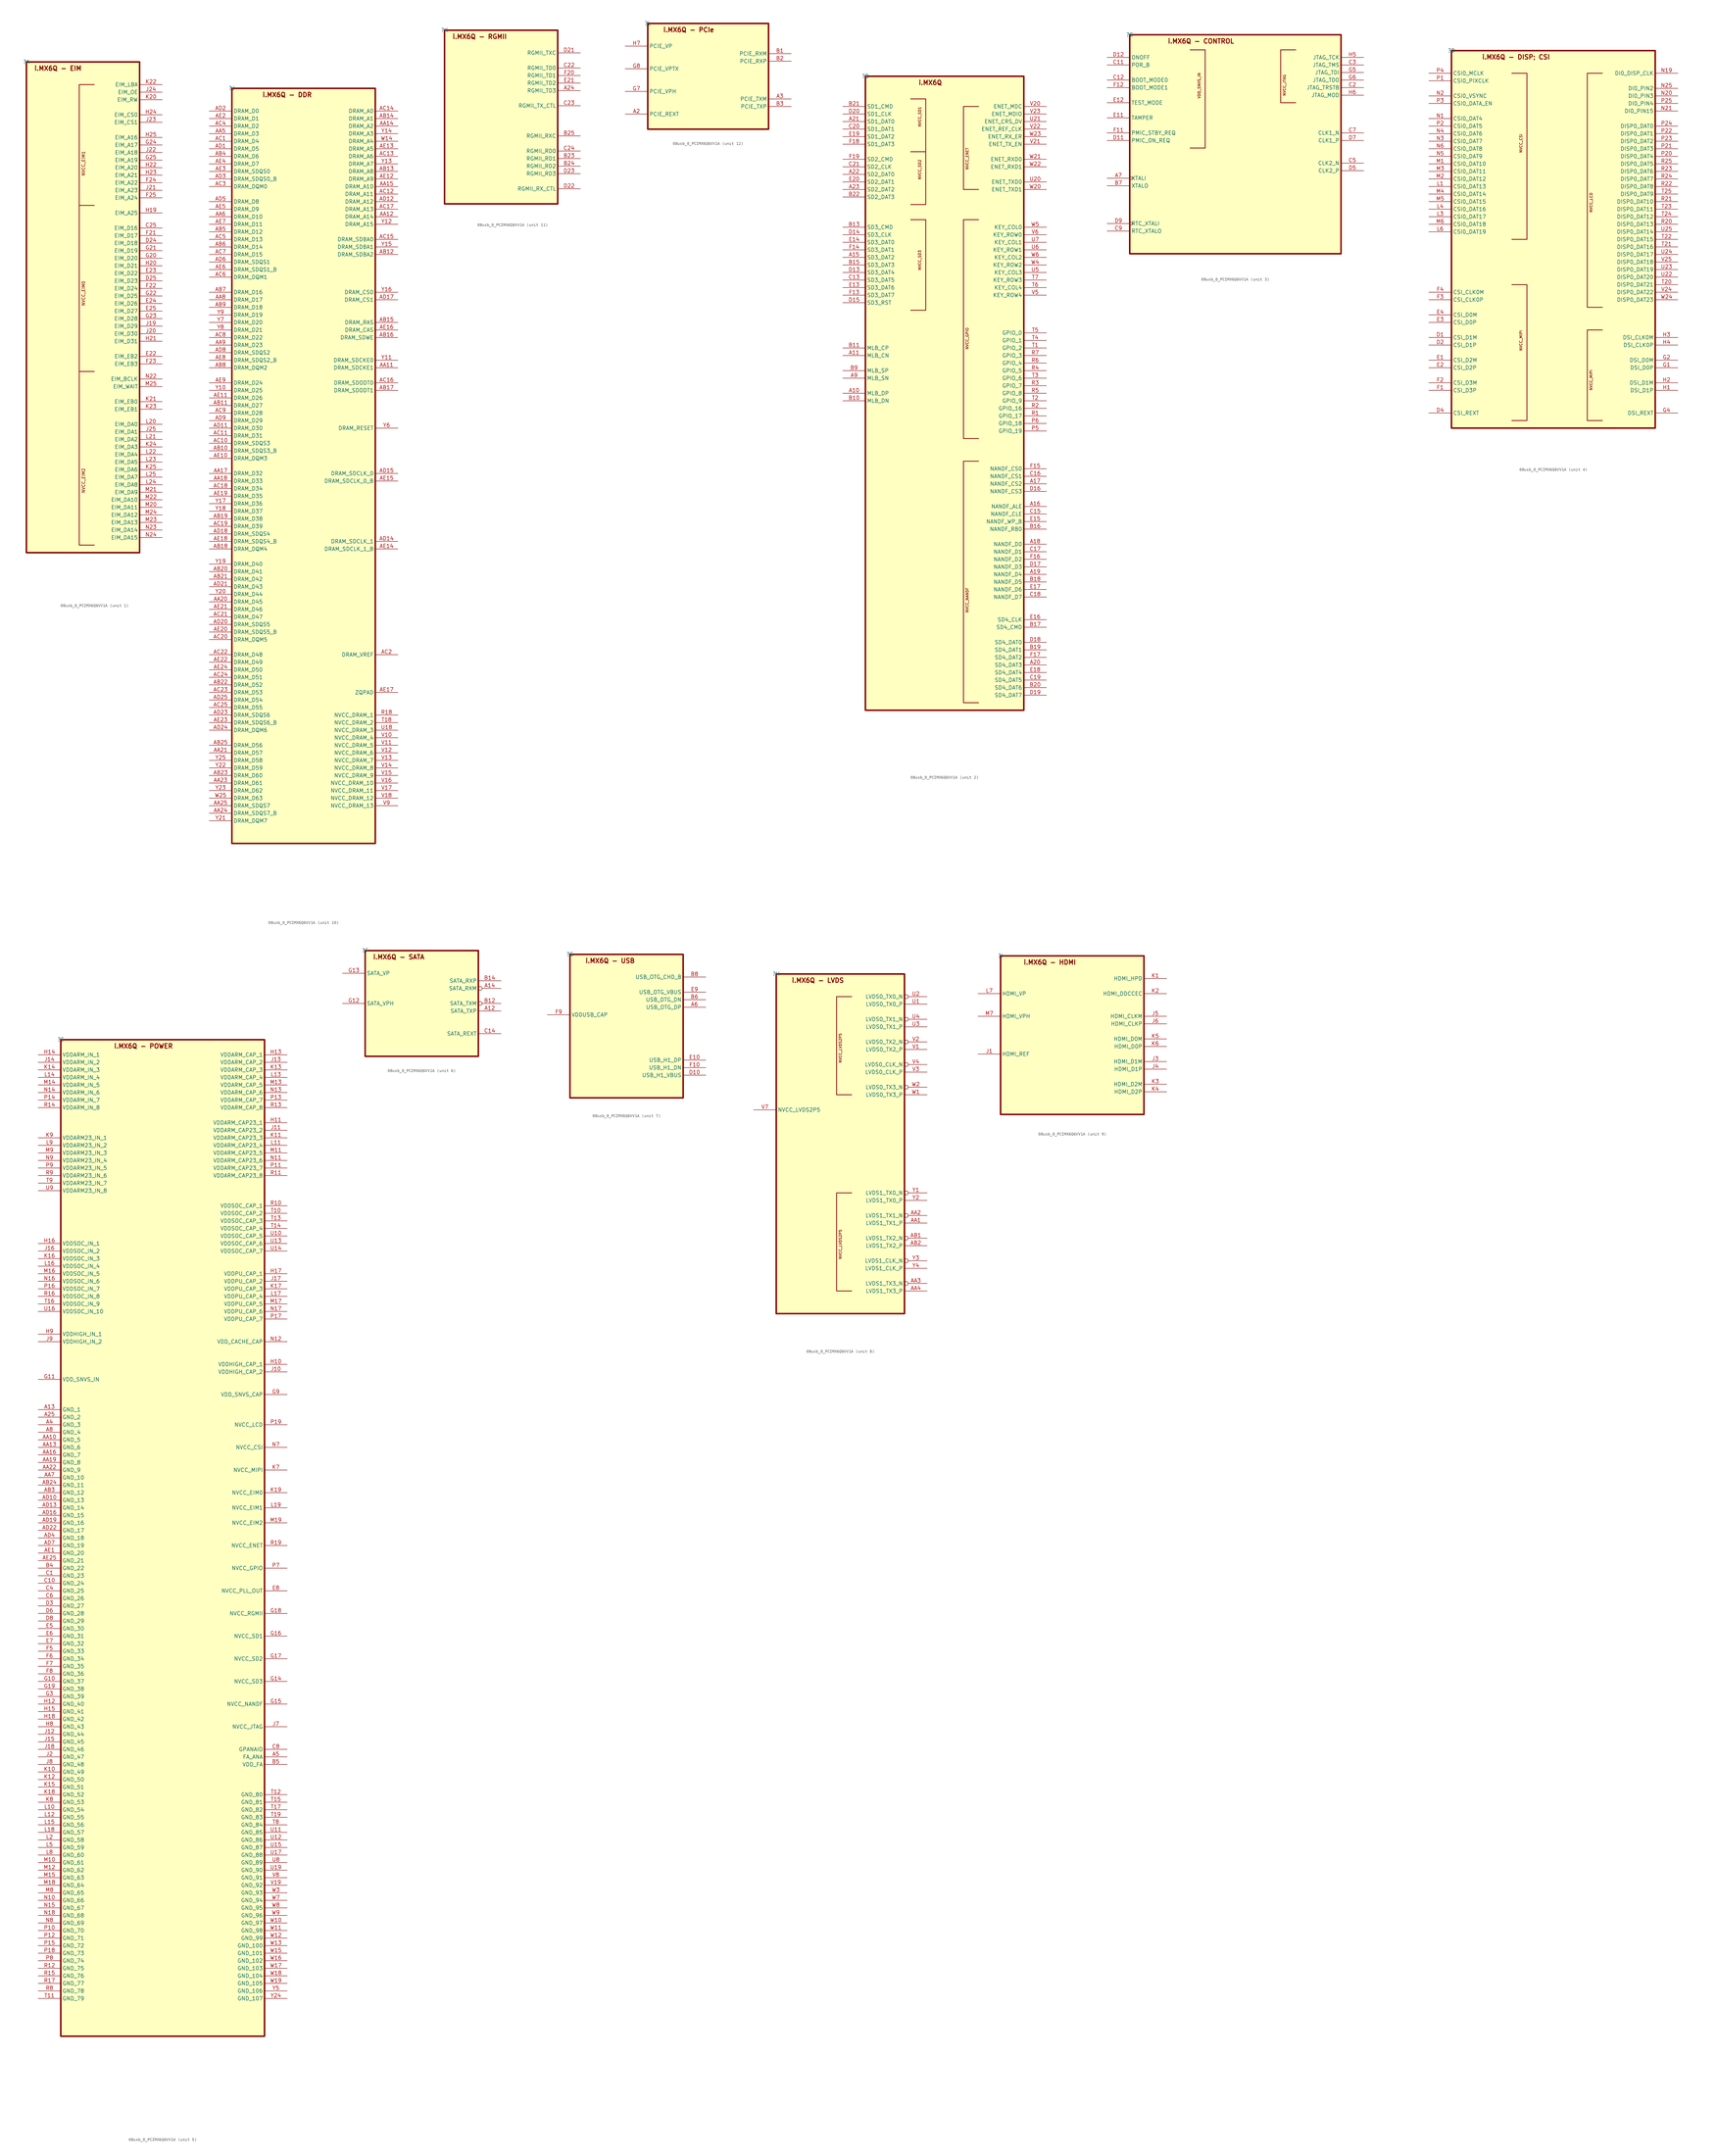
<source format=kicad_sym>
(kicad_symbol_lib
  (version 20220914)
  (generator kicad_symbol_editor)
  (symbol "08usb_0_PCIMX6Q6VV1A"
    (property "Reference" ""
      (at 0 0 0)
      (effects (font (size 1.27 1.27))))
    (property "Value" ""
      (at 0 0 0)
      (effects (font (size 1.27 1.27))))
    (symbol "08usb_0_PCIMX6Q6VV1A_1_0"
      (polyline (pts (xy 17.78 -104.14) (xy 17.78 -162.56)) (stroke (width 0.254) (type solid)) (fill (type none)))
      (polyline (pts (xy 17.78 -104.14) (xy 22.86 -104.14)) (stroke (width 0.254) (type solid)) (fill (type none)))
      (polyline (pts (xy 17.78 -48.26) (xy 22.86 -48.26)) (stroke (width 0.254) (type solid)) (fill (type none)))
      (polyline (pts (xy 17.78 -7.62) (xy 17.78 -104.14)) (stroke (width 0.254) (type solid)) (fill (type none)))
      (polyline (pts (xy 22.86 -162.56) (xy 17.78 -162.56)) (stroke (width 0.254) (type solid)) (fill (type none)))
      (polyline (pts (xy 22.86 -7.62) (xy 17.78 -7.62)) (stroke (width 0.254) (type solid)) (fill (type none)))
      (rectangle (start 38.1 0) (end 0 -165.1) (stroke (width 0.508) (type solid)) (fill (type background)))
      (text "i.MX6Q - EIM" (at 2.54 -3.048 0) (effects (font (size 1.524 1.524) bold) (justify left bottom)))
      (text "NVCC_EIM0" (at 19.812 -82.101 900) (effects (font (size 1.016 1.016)) (justify left bottom)))
      (text "NVCC_EIM1" (at 19.812 -38.413 900) (effects (font (size 1.016 1.016)) (justify left bottom)))
      (text "NVCC_EIM2" (at 19.812 -145.093 900) (effects (font (size 1.016 1.016)) (justify left bottom)))
      (pin bidirectional line (at 45.72 -55.88 180) (length 7.62) (name "EIM_D16" (effects (font (size 1.27 1.27)))) (number "C25" (effects (font (size 1.27 1.27)))))
      (pin bidirectional line (at 45.72 -60.96 180) (length 7.62) (name "EIM_D18" (effects (font (size 1.27 1.27)))) (number "D24" (effects (font (size 1.27 1.27)))))
      (pin bidirectional line (at 45.72 -73.66 180) (length 7.62) (name "EIM_D23" (effects (font (size 1.27 1.27)))) (number "D25" (effects (font (size 1.27 1.27)))))
      (pin bidirectional line (at 45.72 -99.06 180) (length 7.62) (name "EIM_EB2" (effects (font (size 1.27 1.27)))) (number "E22" (effects (font (size 1.27 1.27)))))
      (pin bidirectional line (at 45.72 -71.12 180) (length 7.62) (name "EIM_D22" (effects (font (size 1.27 1.27)))) (number "E23" (effects (font (size 1.27 1.27)))))
      (pin bidirectional line (at 45.72 -81.28 180) (length 7.62) (name "EIM_D26" (effects (font (size 1.27 1.27)))) (number "E24" (effects (font (size 1.27 1.27)))))
      (pin bidirectional line (at 45.72 -83.82 180) (length 7.62) (name "EIM_D27" (effects (font (size 1.27 1.27)))) (number "E25" (effects (font (size 1.27 1.27)))))
      (pin bidirectional line (at 45.72 -58.42 180) (length 7.62) (name "EIM_D17" (effects (font (size 1.27 1.27)))) (number "F21" (effects (font (size 1.27 1.27)))))
      (pin bidirectional line (at 45.72 -76.2 180) (length 7.62) (name "EIM_D24" (effects (font (size 1.27 1.27)))) (number "F22" (effects (font (size 1.27 1.27)))))
      (pin bidirectional line (at 45.72 -101.6 180) (length 7.62) (name "EIM_EB3" (effects (font (size 1.27 1.27)))) (number "F23" (effects (font (size 1.27 1.27)))))
      (pin bidirectional line (at 45.72 -40.64 180) (length 7.62) (name "EIM_A22" (effects (font (size 1.27 1.27)))) (number "F24" (effects (font (size 1.27 1.27)))))
      (pin bidirectional line (at 45.72 -45.72 180) (length 7.62) (name "EIM_A24" (effects (font (size 1.27 1.27)))) (number "F25" (effects (font (size 1.27 1.27)))))
      (pin bidirectional line (at 45.72 -66.04 180) (length 7.62) (name "EIM_D20" (effects (font (size 1.27 1.27)))) (number "G20" (effects (font (size 1.27 1.27)))))
      (pin bidirectional line (at 45.72 -63.5 180) (length 7.62) (name "EIM_D19" (effects (font (size 1.27 1.27)))) (number "G21" (effects (font (size 1.27 1.27)))))
      (pin bidirectional line (at 45.72 -78.74 180) (length 7.62) (name "EIM_D25" (effects (font (size 1.27 1.27)))) (number "G22" (effects (font (size 1.27 1.27)))))
      (pin bidirectional line (at 45.72 -86.36 180) (length 7.62) (name "EIM_D28" (effects (font (size 1.27 1.27)))) (number "G23" (effects (font (size 1.27 1.27)))))
      (pin bidirectional line (at 45.72 -27.94 180) (length 7.62) (name "EIM_A17" (effects (font (size 1.27 1.27)))) (number "G24" (effects (font (size 1.27 1.27)))))
      (pin bidirectional line (at 45.72 -33.02 180) (length 7.62) (name "EIM_A19" (effects (font (size 1.27 1.27)))) (number "G25" (effects (font (size 1.27 1.27)))))
      (pin bidirectional line (at 45.72 -50.8 180) (length 7.62) (name "EIM_A25" (effects (font (size 1.27 1.27)))) (number "H19" (effects (font (size 1.27 1.27)))))
      (pin bidirectional line (at 45.72 -68.58 180) (length 7.62) (name "EIM_D21" (effects (font (size 1.27 1.27)))) (number "H20" (effects (font (size 1.27 1.27)))))
      (pin bidirectional line (at 45.72 -93.98 180) (length 7.62) (name "EIM_D31" (effects (font (size 1.27 1.27)))) (number "H21" (effects (font (size 1.27 1.27)))))
      (pin bidirectional line (at 45.72 -35.56 180) (length 7.62) (name "EIM_A20" (effects (font (size 1.27 1.27)))) (number "H22" (effects (font (size 1.27 1.27)))))
      (pin bidirectional line (at 45.72 -38.1 180) (length 7.62) (name "EIM_A21" (effects (font (size 1.27 1.27)))) (number "H23" (effects (font (size 1.27 1.27)))))
      (pin bidirectional line (at 45.72 -17.78 180) (length 7.62) (name "EIM_CS0" (effects (font (size 1.27 1.27)))) (number "H24" (effects (font (size 1.27 1.27)))))
      (pin bidirectional line (at 45.72 -25.4 180) (length 7.62) (name "EIM_A16" (effects (font (size 1.27 1.27)))) (number "H25" (effects (font (size 1.27 1.27)))))
      (pin bidirectional line (at 45.72 -88.9 180) (length 7.62) (name "EIM_D29" (effects (font (size 1.27 1.27)))) (number "J19" (effects (font (size 1.27 1.27)))))
      (pin bidirectional line (at 45.72 -91.44 180) (length 7.62) (name "EIM_D30" (effects (font (size 1.27 1.27)))) (number "J20" (effects (font (size 1.27 1.27)))))
      (pin bidirectional line (at 45.72 -43.18 180) (length 7.62) (name "EIM_A23" (effects (font (size 1.27 1.27)))) (number "J21" (effects (font (size 1.27 1.27)))))
      (pin bidirectional line (at 45.72 -30.48 180) (length 7.62) (name "EIM_A18" (effects (font (size 1.27 1.27)))) (number "J22" (effects (font (size 1.27 1.27)))))
      (pin bidirectional line (at 45.72 -20.32 180) (length 7.62) (name "EIM_CS1" (effects (font (size 1.27 1.27)))) (number "J23" (effects (font (size 1.27 1.27)))))
      (pin bidirectional line (at 45.72 -10.16 180) (length 7.62) (name "EIM_OE" (effects (font (size 1.27 1.27)))) (number "J24" (effects (font (size 1.27 1.27)))))
      (pin bidirectional line (at 45.72 -124.46 180) (length 7.62) (name "EIM_DA1" (effects (font (size 1.27 1.27)))) (number "J25" (effects (font (size 1.27 1.27)))))
      (pin bidirectional line (at 45.72 -12.7 180) (length 7.62) (name "EIM_RW" (effects (font (size 1.27 1.27)))) (number "K20" (effects (font (size 1.27 1.27)))))
      (pin bidirectional line (at 45.72 -114.3 180) (length 7.62) (name "EIM_EB0" (effects (font (size 1.27 1.27)))) (number "K21" (effects (font (size 1.27 1.27)))))
      (pin bidirectional line (at 45.72 -7.62 180) (length 7.62) (name "EIM_LBA" (effects (font (size 1.27 1.27)))) (number "K22" (effects (font (size 1.27 1.27)))))
      (pin bidirectional line (at 45.72 -116.84 180) (length 7.62) (name "EIM_EB1" (effects (font (size 1.27 1.27)))) (number "K23" (effects (font (size 1.27 1.27)))))
      (pin bidirectional line (at 45.72 -129.54 180) (length 7.62) (name "EIM_DA3" (effects (font (size 1.27 1.27)))) (number "K24" (effects (font (size 1.27 1.27)))))
      (pin bidirectional line (at 45.72 -137.16 180) (length 7.62) (name "EIM_DA6" (effects (font (size 1.27 1.27)))) (number "K25" (effects (font (size 1.27 1.27)))))
      (pin bidirectional line (at 45.72 -121.92 180) (length 7.62) (name "EIM_DA0" (effects (font (size 1.27 1.27)))) (number "L20" (effects (font (size 1.27 1.27)))))
      (pin bidirectional line (at 45.72 -127 180) (length 7.62) (name "EIM_DA2" (effects (font (size 1.27 1.27)))) (number "L21" (effects (font (size 1.27 1.27)))))
      (pin bidirectional line (at 45.72 -132.08 180) (length 7.62) (name "EIM_DA4" (effects (font (size 1.27 1.27)))) (number "L22" (effects (font (size 1.27 1.27)))))
      (pin bidirectional line (at 45.72 -134.62 180) (length 7.62) (name "EIM_DA5" (effects (font (size 1.27 1.27)))) (number "L23" (effects (font (size 1.27 1.27)))))
      (pin bidirectional line (at 45.72 -142.24 180) (length 7.62) (name "EIM_DA8" (effects (font (size 1.27 1.27)))) (number "L24" (effects (font (size 1.27 1.27)))))
      (pin bidirectional line (at 45.72 -139.7 180) (length 7.62) (name "EIM_DA7" (effects (font (size 1.27 1.27)))) (number "L25" (effects (font (size 1.27 1.27)))))
      (pin bidirectional line (at 45.72 -149.86 180) (length 7.62) (name "EIM_DA11" (effects (font (size 1.27 1.27)))) (number "M20" (effects (font (size 1.27 1.27)))))
      (pin bidirectional line (at 45.72 -144.78 180) (length 7.62) (name "EIM_DA9" (effects (font (size 1.27 1.27)))) (number "M21" (effects (font (size 1.27 1.27)))))
      (pin bidirectional line (at 45.72 -147.32 180) (length 7.62) (name "EIM_DA10" (effects (font (size 1.27 1.27)))) (number "M22" (effects (font (size 1.27 1.27)))))
      (pin bidirectional line (at 45.72 -154.94 180) (length 7.62) (name "EIM_DA13" (effects (font (size 1.27 1.27)))) (number "M23" (effects (font (size 1.27 1.27)))))
      (pin bidirectional line (at 45.72 -152.4 180) (length 7.62) (name "EIM_DA12" (effects (font (size 1.27 1.27)))) (number "M24" (effects (font (size 1.27 1.27)))))
      (pin bidirectional line (at 45.72 -109.22 180) (length 7.62) (name "EIM_WAIT" (effects (font (size 1.27 1.27)))) (number "M25" (effects (font (size 1.27 1.27)))))
      (pin bidirectional line (at 45.72 -106.68 180) (length 7.62) (name "EIM_BCLK" (effects (font (size 1.27 1.27)))) (number "N22" (effects (font (size 1.27 1.27)))))
      (pin bidirectional line (at 45.72 -157.48 180) (length 7.62) (name "EIM_DA14" (effects (font (size 1.27 1.27)))) (number "N23" (effects (font (size 1.27 1.27)))))
      (pin bidirectional line (at 45.72 -160.02 180) (length 7.62) (name "EIM_DA15" (effects (font (size 1.27 1.27)))) (number "N24" (effects (font (size 1.27 1.27))))))
    (symbol "08usb_0_PCIMX6Q6VV1A_2_0"
      (polyline (pts (xy 20.32 -78.74) (xy 15.24 -78.74)) (stroke (width 0.254) (type solid)) (fill (type none)))
      (polyline (pts (xy 20.32 -48.26) (xy 15.24 -48.26)) (stroke (width 0.254) (type solid)) (fill (type none)))
      (polyline (pts (xy 20.32 -48.26) (xy 20.32 -78.74)) (stroke (width 0.254) (type solid)) (fill (type none)))
      (polyline (pts (xy 20.32 -43.18) (xy 15.24 -43.18)) (stroke (width 0.254) (type solid)) (fill (type none)))
      (polyline (pts (xy 20.32 -25.4) (xy 15.24 -25.4)) (stroke (width 0.254) (type solid)) (fill (type none)))
      (polyline (pts (xy 20.32 -7.62) (xy 15.24 -7.62)) (stroke (width 0.254) (type solid)) (fill (type none)))
      (polyline (pts (xy 20.32 -7.62) (xy 20.32 -43.18)) (stroke (width 0.254) (type solid)) (fill (type none)))
      (polyline (pts (xy 33.02 -129.54) (xy 33.02 -210.82)) (stroke (width 0.254) (type solid)) (fill (type none)))
      (polyline (pts (xy 33.02 -48.26) (xy 33.02 -121.92)) (stroke (width 0.254) (type solid)) (fill (type none)))
      (polyline (pts (xy 33.02 -10.16) (xy 33.02 -38.1)) (stroke (width 0.254) (type solid)) (fill (type none)))
      (polyline (pts (xy 38.1 -210.82) (xy 33.02 -210.82)) (stroke (width 0.254) (type solid)) (fill (type none)))
      (polyline (pts (xy 38.1 -129.54) (xy 33.02 -129.54)) (stroke (width 0.254) (type solid)) (fill (type none)))
      (polyline (pts (xy 38.1 -121.92) (xy 33.02 -121.92)) (stroke (width 0.254) (type solid)) (fill (type none)))
      (polyline (pts (xy 38.1 -48.26) (xy 33.02 -48.26)) (stroke (width 0.254) (type solid)) (fill (type none)))
      (polyline (pts (xy 38.1 -38.1) (xy 33.02 -38.1)) (stroke (width 0.254) (type solid)) (fill (type none)))
      (polyline (pts (xy 38.1 -10.16) (xy 33.02 -10.16)) (stroke (width 0.254) (type solid)) (fill (type none)))
      (rectangle (start 53.34 0) (end 0 -213.36) (stroke (width 0.508) (type solid)) (fill (type background)))
      (text "i.MX6Q" (at 17.78 -3.048 0) (effects (font (size 1.524 1.524) bold) (justify left bottom)))
      (text "NVCC_ENET" (at 34.798 -31.496 900) (effects (font (size 0.889 0.889)) (justify left bottom)))
      (text "NVCC_GPIO" (at 34.798 -92.007 900) (effects (font (size 0.889 0.889)) (justify left bottom)))
      (text "NVCC_NANDF" (at 34.798 -180.614 900) (effects (font (size 0.889 0.889)) (justify left bottom)))
      (text "NVCC_SD1" (at 17.78 -10.16 900) (effects (font (size 0.889 0.889)) (justify right top)))
      (text "NVCC_SD2" (at 17.78 -27.94 900) (effects (font (size 0.889 0.889)) (justify right top)))
      (text "NVCC_SD3" (at 17.78 -58.42 900) (effects (font (size 0.889 0.889)) (justify right top)))
      (pin input line (at -7.62 -106.68 0) (length 7.62) (name "MLB_DP" (effects (font (size 1.27 1.27)))) (number "A10" (effects (font (size 1.27 1.27)))))
      (pin input line (at -7.62 -93.98 0) (length 7.62) (name "MLB_CN" (effects (font (size 1.27 1.27)))) (number "A11" (effects (font (size 1.27 1.27)))))
      (pin bidirectional line (at -7.62 -60.96 0) (length 7.62) (name "SD3_DAT2" (effects (font (size 1.27 1.27)))) (number "A15" (effects (font (size 1.27 1.27)))))
      (pin bidirectional line (at 60.96 -144.78 180) (length 7.62) (name "NANDF_ALE" (effects (font (size 1.27 1.27)))) (number "A16" (effects (font (size 1.27 1.27)))))
      (pin bidirectional line (at 60.96 -137.16 180) (length 7.62) (name "NANDF_CS2" (effects (font (size 1.27 1.27)))) (number "A17" (effects (font (size 1.27 1.27)))))
      (pin bidirectional line (at 60.96 -157.48 180) (length 7.62) (name "NANDF_D0" (effects (font (size 1.27 1.27)))) (number "A18" (effects (font (size 1.27 1.27)))))
      (pin bidirectional line (at 60.96 -167.64 180) (length 7.62) (name "NANDF_D4" (effects (font (size 1.27 1.27)))) (number "A19" (effects (font (size 1.27 1.27)))))
      (pin bidirectional line (at 60.96 -198.12 180) (length 7.62) (name "SD4_DAT3" (effects (font (size 1.27 1.27)))) (number "A20" (effects (font (size 1.27 1.27)))))
      (pin bidirectional line (at -7.62 -15.24 0) (length 7.62) (name "SD1_DAT0" (effects (font (size 1.27 1.27)))) (number "A21" (effects (font (size 1.27 1.27)))))
      (pin bidirectional line (at -7.62 -33.02 0) (length 7.62) (name "SD2_DAT0" (effects (font (size 1.27 1.27)))) (number "A22" (effects (font (size 1.27 1.27)))))
      (pin bidirectional line (at -7.62 -38.1 0) (length 7.62) (name "SD2_DAT2" (effects (font (size 1.27 1.27)))) (number "A23" (effects (font (size 1.27 1.27)))))
      (pin input line (at -7.62 -101.6 0) (length 7.62) (name "MLB_SN" (effects (font (size 1.27 1.27)))) (number "A9" (effects (font (size 1.27 1.27)))))
      (pin input line (at -7.62 -109.22 0) (length 7.62) (name "MLB_DN" (effects (font (size 1.27 1.27)))) (number "B10" (effects (font (size 1.27 1.27)))))
      (pin input line (at -7.62 -91.44 0) (length 7.62) (name "MLB_CP" (effects (font (size 1.27 1.27)))) (number "B11" (effects (font (size 1.27 1.27)))))
      (pin bidirectional line (at -7.62 -50.8 0) (length 7.62) (name "SD3_CMD" (effects (font (size 1.27 1.27)))) (number "B13" (effects (font (size 1.27 1.27)))))
      (pin bidirectional line (at -7.62 -63.5 0) (length 7.62) (name "SD3_DAT3" (effects (font (size 1.27 1.27)))) (number "B15" (effects (font (size 1.27 1.27)))))
      (pin bidirectional line (at 60.96 -152.4 180) (length 7.62) (name "NANDF_RB0" (effects (font (size 1.27 1.27)))) (number "B16" (effects (font (size 1.27 1.27)))))
      (pin bidirectional line (at 60.96 -185.42 180) (length 7.62) (name "SD4_CMD" (effects (font (size 1.27 1.27)))) (number "B17" (effects (font (size 1.27 1.27)))))
      (pin bidirectional line (at 60.96 -170.18 180) (length 7.62) (name "NANDF_D5" (effects (font (size 1.27 1.27)))) (number "B18" (effects (font (size 1.27 1.27)))))
      (pin bidirectional line (at 60.96 -193.04 180) (length 7.62) (name "SD4_DAT1" (effects (font (size 1.27 1.27)))) (number "B19" (effects (font (size 1.27 1.27)))))
      (pin bidirectional line (at 60.96 -205.74 180) (length 7.62) (name "SD4_DAT6" (effects (font (size 1.27 1.27)))) (number "B20" (effects (font (size 1.27 1.27)))))
      (pin bidirectional line (at -7.62 -10.16 0) (length 7.62) (name "SD1_CMD" (effects (font (size 1.27 1.27)))) (number "B21" (effects (font (size 1.27 1.27)))))
      (pin bidirectional line (at -7.62 -40.64 0) (length 7.62) (name "SD2_DAT3" (effects (font (size 1.27 1.27)))) (number "B22" (effects (font (size 1.27 1.27)))))
      (pin input line (at -7.62 -99.06 0) (length 7.62) (name "MLB_SP" (effects (font (size 1.27 1.27)))) (number "B9" (effects (font (size 1.27 1.27)))))
      (pin bidirectional line (at -7.62 -68.58 0) (length 7.62) (name "SD3_DAT5" (effects (font (size 1.27 1.27)))) (number "C13" (effects (font (size 1.27 1.27)))))
      (pin bidirectional line (at 60.96 -147.32 180) (length 7.62) (name "NANDF_CLE" (effects (font (size 1.27 1.27)))) (number "C15" (effects (font (size 1.27 1.27)))))
      (pin bidirectional line (at 60.96 -134.62 180) (length 7.62) (name "NANDF_CS1" (effects (font (size 1.27 1.27)))) (number "C16" (effects (font (size 1.27 1.27)))))
      (pin bidirectional line (at 60.96 -160.02 180) (length 7.62) (name "NANDF_D1" (effects (font (size 1.27 1.27)))) (number "C17" (effects (font (size 1.27 1.27)))))
      (pin bidirectional line (at 60.96 -175.26 180) (length 7.62) (name "NANDF_D7" (effects (font (size 1.27 1.27)))) (number "C18" (effects (font (size 1.27 1.27)))))
      (pin bidirectional line (at 60.96 -203.2 180) (length 7.62) (name "SD4_DAT5" (effects (font (size 1.27 1.27)))) (number "C19" (effects (font (size 1.27 1.27)))))
      (pin bidirectional line (at -7.62 -17.78 0) (length 7.62) (name "SD1_DAT1" (effects (font (size 1.27 1.27)))) (number "C20" (effects (font (size 1.27 1.27)))))
      (pin bidirectional line (at -7.62 -30.48 0) (length 7.62) (name "SD2_CLK" (effects (font (size 1.27 1.27)))) (number "C21" (effects (font (size 1.27 1.27)))))
      (pin bidirectional line (at -7.62 -66.04 0) (length 7.62) (name "SD3_DAT4" (effects (font (size 1.27 1.27)))) (number "D13" (effects (font (size 1.27 1.27)))))
      (pin bidirectional line (at -7.62 -53.34 0) (length 7.62) (name "SD3_CLK" (effects (font (size 1.27 1.27)))) (number "D14" (effects (font (size 1.27 1.27)))))
      (pin bidirectional line (at -7.62 -76.2 0) (length 7.62) (name "SD3_RST" (effects (font (size 1.27 1.27)))) (number "D15" (effects (font (size 1.27 1.27)))))
      (pin bidirectional line (at 60.96 -139.7 180) (length 7.62) (name "NANDF_CS3" (effects (font (size 1.27 1.27)))) (number "D16" (effects (font (size 1.27 1.27)))))
      (pin bidirectional line (at 60.96 -165.1 180) (length 7.62) (name "NANDF_D3" (effects (font (size 1.27 1.27)))) (number "D17" (effects (font (size 1.27 1.27)))))
      (pin bidirectional line (at 60.96 -190.5 180) (length 7.62) (name "SD4_DAT0" (effects (font (size 1.27 1.27)))) (number "D18" (effects (font (size 1.27 1.27)))))
      (pin bidirectional line (at 60.96 -208.28 180) (length 7.62) (name "SD4_DAT7" (effects (font (size 1.27 1.27)))) (number "D19" (effects (font (size 1.27 1.27)))))
      (pin bidirectional line (at -7.62 -12.7 0) (length 7.62) (name "SD1_CLK" (effects (font (size 1.27 1.27)))) (number "D20" (effects (font (size 1.27 1.27)))))
      (pin bidirectional line (at -7.62 -71.12 0) (length 7.62) (name "SD3_DAT6" (effects (font (size 1.27 1.27)))) (number "E13" (effects (font (size 1.27 1.27)))))
      (pin bidirectional line (at -7.62 -55.88 0) (length 7.62) (name "SD3_DAT0" (effects (font (size 1.27 1.27)))) (number "E14" (effects (font (size 1.27 1.27)))))
      (pin bidirectional line (at 60.96 -149.86 180) (length 7.62) (name "NANDF_WP_B" (effects (font (size 1.27 1.27)))) (number "E15" (effects (font (size 1.27 1.27)))))
      (pin bidirectional line (at 60.96 -182.88 180) (length 7.62) (name "SD4_CLK" (effects (font (size 1.27 1.27)))) (number "E16" (effects (font (size 1.27 1.27)))))
      (pin bidirectional line (at 60.96 -172.72 180) (length 7.62) (name "NANDF_D6" (effects (font (size 1.27 1.27)))) (number "E17" (effects (font (size 1.27 1.27)))))
      (pin bidirectional line (at 60.96 -200.66 180) (length 7.62) (name "SD4_DAT4" (effects (font (size 1.27 1.27)))) (number "E18" (effects (font (size 1.27 1.27)))))
      (pin bidirectional line (at -7.62 -20.32 0) (length 7.62) (name "SD1_DAT2" (effects (font (size 1.27 1.27)))) (number "E19" (effects (font (size 1.27 1.27)))))
      (pin bidirectional line (at -7.62 -35.56 0) (length 7.62) (name "SD2_DAT1" (effects (font (size 1.27 1.27)))) (number "E20" (effects (font (size 1.27 1.27)))))
      (pin bidirectional line (at -7.62 -73.66 0) (length 7.62) (name "SD3_DAT7" (effects (font (size 1.27 1.27)))) (number "F13" (effects (font (size 1.27 1.27)))))
      (pin bidirectional line (at -7.62 -58.42 0) (length 7.62) (name "SD3_DAT1" (effects (font (size 1.27 1.27)))) (number "F14" (effects (font (size 1.27 1.27)))))
      (pin bidirectional line (at 60.96 -132.08 180) (length 7.62) (name "NANDF_CS0" (effects (font (size 1.27 1.27)))) (number "F15" (effects (font (size 1.27 1.27)))))
      (pin bidirectional line (at 60.96 -162.56 180) (length 7.62) (name "NANDF_D2" (effects (font (size 1.27 1.27)))) (number "F16" (effects (font (size 1.27 1.27)))))
      (pin bidirectional line (at 60.96 -195.58 180) (length 7.62) (name "SD4_DAT2" (effects (font (size 1.27 1.27)))) (number "F17" (effects (font (size 1.27 1.27)))))
      (pin bidirectional line (at -7.62 -22.86 0) (length 7.62) (name "SD1_DAT3" (effects (font (size 1.27 1.27)))) (number "F18" (effects (font (size 1.27 1.27)))))
      (pin bidirectional line (at -7.62 -27.94 0) (length 7.62) (name "SD2_CMD" (effects (font (size 1.27 1.27)))) (number "F19" (effects (font (size 1.27 1.27)))))
      (pin bidirectional line (at 60.96 -119.38 180) (length 7.62) (name "GPIO_19" (effects (font (size 1.27 1.27)))) (number "P5" (effects (font (size 1.27 1.27)))))
      (pin bidirectional line (at 60.96 -116.84 180) (length 7.62) (name "GPIO_18" (effects (font (size 1.27 1.27)))) (number "P6" (effects (font (size 1.27 1.27)))))
      (pin bidirectional line (at 60.96 -114.3 180) (length 7.62) (name "GPIO_17" (effects (font (size 1.27 1.27)))) (number "R1" (effects (font (size 1.27 1.27)))))
      (pin bidirectional line (at 60.96 -111.76 180) (length 7.62) (name "GPIO_16" (effects (font (size 1.27 1.27)))) (number "R2" (effects (font (size 1.27 1.27)))))
      (pin bidirectional line (at 60.96 -104.14 180) (length 7.62) (name "GPIO_7" (effects (font (size 1.27 1.27)))) (number "R3" (effects (font (size 1.27 1.27)))))
      (pin bidirectional line (at 60.96 -99.06 180) (length 7.62) (name "GPIO_5" (effects (font (size 1.27 1.27)))) (number "R4" (effects (font (size 1.27 1.27)))))
      (pin bidirectional line (at 60.96 -106.68 180) (length 7.62) (name "GPIO_8" (effects (font (size 1.27 1.27)))) (number "R5" (effects (font (size 1.27 1.27)))))
      (pin bidirectional line (at 60.96 -96.52 180) (length 7.62) (name "GPIO_4" (effects (font (size 1.27 1.27)))) (number "R6" (effects (font (size 1.27 1.27)))))
      (pin bidirectional line (at 60.96 -93.98 180) (length 7.62) (name "GPIO_3" (effects (font (size 1.27 1.27)))) (number "R7" (effects (font (size 1.27 1.27)))))
      (pin bidirectional line (at 60.96 -91.44 180) (length 7.62) (name "GPIO_2" (effects (font (size 1.27 1.27)))) (number "T1" (effects (font (size 1.27 1.27)))))
      (pin bidirectional line (at 60.96 -109.22 180) (length 7.62) (name "GPIO_9" (effects (font (size 1.27 1.27)))) (number "T2" (effects (font (size 1.27 1.27)))))
      (pin bidirectional line (at 60.96 -101.6 180) (length 7.62) (name "GPIO_6" (effects (font (size 1.27 1.27)))) (number "T3" (effects (font (size 1.27 1.27)))))
      (pin bidirectional line (at 60.96 -88.9 180) (length 7.62) (name "GPIO_1" (effects (font (size 1.27 1.27)))) (number "T4" (effects (font (size 1.27 1.27)))))
      (pin bidirectional line (at 60.96 -86.36 180) (length 7.62) (name "GPIO_0" (effects (font (size 1.27 1.27)))) (number "T5" (effects (font (size 1.27 1.27)))))
      (pin bidirectional line (at 60.96 -71.12 180) (length 7.62) (name "KEY_COL4" (effects (font (size 1.27 1.27)))) (number "T6" (effects (font (size 1.27 1.27)))))
      (pin bidirectional line (at 60.96 -68.58 180) (length 7.62) (name "KEY_ROW3" (effects (font (size 1.27 1.27)))) (number "T7" (effects (font (size 1.27 1.27)))))
      (pin bidirectional line (at 60.96 -35.56 180) (length 7.62) (name "ENET_TXD0" (effects (font (size 1.27 1.27)))) (number "U20" (effects (font (size 1.27 1.27)))))
      (pin bidirectional line (at 60.96 -15.24 180) (length 7.62) (name "ENET_CRS_DV" (effects (font (size 1.27 1.27)))) (number "U21" (effects (font (size 1.27 1.27)))))
      (pin bidirectional line (at 60.96 -66.04 180) (length 7.62) (name "KEY_COL3" (effects (font (size 1.27 1.27)))) (number "U5" (effects (font (size 1.27 1.27)))))
      (pin bidirectional line (at 60.96 -58.42 180) (length 7.62) (name "KEY_ROW1" (effects (font (size 1.27 1.27)))) (number "U6" (effects (font (size 1.27 1.27)))))
      (pin bidirectional line (at 60.96 -55.88 180) (length 7.62) (name "KEY_COL1" (effects (font (size 1.27 1.27)))) (number "U7" (effects (font (size 1.27 1.27)))))
      (pin bidirectional line (at 60.96 -10.16 180) (length 7.62) (name "ENET_MDC" (effects (font (size 1.27 1.27)))) (number "V20" (effects (font (size 1.27 1.27)))))
      (pin bidirectional line (at 60.96 -22.86 180) (length 7.62) (name "ENET_TX_EN" (effects (font (size 1.27 1.27)))) (number "V21" (effects (font (size 1.27 1.27)))))
      (pin bidirectional line (at 60.96 -17.78 180) (length 7.62) (name "ENET_REF_CLK" (effects (font (size 1.27 1.27)))) (number "V22" (effects (font (size 1.27 1.27)))))
      (pin bidirectional line (at 60.96 -12.7 180) (length 7.62) (name "ENET_MDIO" (effects (font (size 1.27 1.27)))) (number "V23" (effects (font (size 1.27 1.27)))))
      (pin bidirectional line (at 60.96 -73.66 180) (length 7.62) (name "KEY_ROW4" (effects (font (size 1.27 1.27)))) (number "V5" (effects (font (size 1.27 1.27)))))
      (pin bidirectional line (at 60.96 -53.34 180) (length 7.62) (name "KEY_ROW0" (effects (font (size 1.27 1.27)))) (number "V6" (effects (font (size 1.27 1.27)))))
      (pin bidirectional line (at 60.96 -38.1 180) (length 7.62) (name "ENET_TXD1" (effects (font (size 1.27 1.27)))) (number "W20" (effects (font (size 1.27 1.27)))))
      (pin bidirectional line (at 60.96 -27.94 180) (length 7.62) (name "ENET_RXD0" (effects (font (size 1.27 1.27)))) (number "W21" (effects (font (size 1.27 1.27)))))
      (pin bidirectional line (at 60.96 -30.48 180) (length 7.62) (name "ENET_RXD1" (effects (font (size 1.27 1.27)))) (number "W22" (effects (font (size 1.27 1.27)))))
      (pin bidirectional line (at 60.96 -20.32 180) (length 7.62) (name "ENET_RX_ER" (effects (font (size 1.27 1.27)))) (number "W23" (effects (font (size 1.27 1.27)))))
      (pin bidirectional line (at 60.96 -63.5 180) (length 7.62) (name "KEY_ROW2" (effects (font (size 1.27 1.27)))) (number "W4" (effects (font (size 1.27 1.27)))))
      (pin bidirectional line (at 60.96 -50.8 180) (length 7.62) (name "KEY_COL0" (effects (font (size 1.27 1.27)))) (number "W5" (effects (font (size 1.27 1.27)))))
      (pin bidirectional line (at 60.96 -60.96 180) (length 7.62) (name "KEY_COL2" (effects (font (size 1.27 1.27)))) (number "W6" (effects (font (size 1.27 1.27))))))
    (symbol "08usb_0_PCIMX6Q6VV1A_3_0"
      (polyline (pts (xy 25.4 -38.1) (xy 20.32 -38.1)) (stroke (width 0.254) (type solid)) (fill (type none)))
      (polyline (pts (xy 25.4 -5.08) (xy 20.32 -5.08)) (stroke (width 0.254) (type solid)) (fill (type none)))
      (polyline (pts (xy 25.4 -5.08) (xy 25.4 -38.1)) (stroke (width 0.254) (type solid)) (fill (type none)))
      (polyline (pts (xy 50.8 -22.86) (xy 55.88 -22.86)) (stroke (width 0.254) (type solid)) (fill (type none)))
      (polyline (pts (xy 50.8 -5.08) (xy 50.8 -22.86)) (stroke (width 0.254) (type solid)) (fill (type none)))
      (polyline (pts (xy 50.8 -5.08) (xy 55.88 -5.08)) (stroke (width 0.254) (type solid)) (fill (type none)))
      (rectangle (start 71.12 0) (end 0 -73.66) (stroke (width 0.508) (type solid)) (fill (type background)))
      (text "i.MX6Q - CONTROL" (at 12.7 -3.048 0) (effects (font (size 1.524 1.524) bold) (justify left bottom)))
      (text "NVCC_JTAG" (at 52.578 -20.633 900) (effects (font (size 0.889 0.889)) (justify left bottom)))
      (text "VDD_SNVS_IN" (at 22.86 -12.7 900) (effects (font (size 0.889 0.889)) (justify right top)))
      (pin input clock (at -7.62 -48.26 0) (length 7.62) (name "XTALI" (effects (font (size 1.27 1.27)))) (number "A7" (effects (font (size 1.27 1.27)))))
      (pin output line (at -7.62 -50.8 0) (length 7.62) (name "XTALO" (effects (font (size 1.27 1.27)))) (number "B7" (effects (font (size 1.27 1.27)))))
      (pin input line (at -7.62 -10.16 0) (length 7.62) (name "POR_B" (effects (font (size 1.27 1.27)))) (number "C11" (effects (font (size 1.27 1.27)))))
      (pin input line (at -7.62 -15.24 0) (length 7.62) (name "BOOT_MODE0" (effects (font (size 1.27 1.27)))) (number "C12" (effects (font (size 1.27 1.27)))))
      (pin input line (at 78.74 -17.78 180) (length 7.62) (name "JTAG_TRSTB" (effects (font (size 1.27 1.27)))) (number "C2" (effects (font (size 1.27 1.27)))))
      (pin input line (at 78.74 -10.16 180) (length 7.62) (name "JTAG_TMS" (effects (font (size 1.27 1.27)))) (number "C3" (effects (font (size 1.27 1.27)))))
      (pin output line (at 78.74 -43.18 180) (length 7.62) (name "CLK2_N" (effects (font (size 1.27 1.27)))) (number "C5" (effects (font (size 1.27 1.27)))))
      (pin output line (at 78.74 -33.02 180) (length 7.62) (name "CLK1_N" (effects (font (size 1.27 1.27)))) (number "C7" (effects (font (size 1.27 1.27)))))
      (pin output line (at -7.62 -66.04 0) (length 7.62) (name "RTC_XTALO" (effects (font (size 1.27 1.27)))) (number "C9" (effects (font (size 1.27 1.27)))))
      (pin output line (at -7.62 -35.56 0) (length 7.62) (name "PMIC_ON_REQ" (effects (font (size 1.27 1.27)))) (number "D11" (effects (font (size 1.27 1.27)))))
      (pin input line (at -7.62 -7.62 0) (length 7.62) (name "ONOFF" (effects (font (size 1.27 1.27)))) (number "D12" (effects (font (size 1.27 1.27)))))
      (pin output line (at 78.74 -45.72 180) (length 7.62) (name "CLK2_P" (effects (font (size 1.27 1.27)))) (number "D5" (effects (font (size 1.27 1.27)))))
      (pin output line (at 78.74 -35.56 180) (length 7.62) (name "CLK1_P" (effects (font (size 1.27 1.27)))) (number "D7" (effects (font (size 1.27 1.27)))))
      (pin input clock (at -7.62 -63.5 0) (length 7.62) (name "RTC_XTALI" (effects (font (size 1.27 1.27)))) (number "D9" (effects (font (size 1.27 1.27)))))
      (pin input line (at -7.62 -27.94 0) (length 7.62) (name "TAMPER" (effects (font (size 1.27 1.27)))) (number "E11" (effects (font (size 1.27 1.27)))))
      (pin input line (at -7.62 -22.86 0) (length 7.62) (name "TEST_MODE" (effects (font (size 1.27 1.27)))) (number "E12" (effects (font (size 1.27 1.27)))))
      (pin output line (at -7.62 -33.02 0) (length 7.62) (name "PMIC_STBY_REQ" (effects (font (size 1.27 1.27)))) (number "F11" (effects (font (size 1.27 1.27)))))
      (pin input line (at -7.62 -17.78 0) (length 7.62) (name "BOOT_MODE1" (effects (font (size 1.27 1.27)))) (number "F12" (effects (font (size 1.27 1.27)))))
      (pin input line (at 78.74 -12.7 180) (length 7.62) (name "JTAG_TDI" (effects (font (size 1.27 1.27)))) (number "G5" (effects (font (size 1.27 1.27)))))
      (pin output line (at 78.74 -15.24 180) (length 7.62) (name "JTAG_TDO" (effects (font (size 1.27 1.27)))) (number "G6" (effects (font (size 1.27 1.27)))))
      (pin input line (at 78.74 -7.62 180) (length 7.62) (name "JTAG_TCK" (effects (font (size 1.27 1.27)))) (number "H5" (effects (font (size 1.27 1.27)))))
      (pin input line (at 78.74 -20.32 180) (length 7.62) (name "JTAG_MOD" (effects (font (size 1.27 1.27)))) (number "H6" (effects (font (size 1.27 1.27))))))
    (symbol "08usb_0_PCIMX6Q6VV1A_4_0"
      (polyline (pts (xy 25.4 -124.46) (xy 20.32 -124.46)) (stroke (width 0.254) (type solid)) (fill (type none)))
      (polyline (pts (xy 25.4 -78.74) (xy 20.32 -78.74)) (stroke (width 0.254) (type solid)) (fill (type none)))
      (polyline (pts (xy 25.4 -78.74) (xy 25.4 -124.46)) (stroke (width 0.254) (type solid)) (fill (type none)))
      (polyline (pts (xy 25.4 -63.5) (xy 20.32 -63.5)) (stroke (width 0.254) (type solid)) (fill (type none)))
      (polyline (pts (xy 25.4 -7.62) (xy 20.32 -7.62)) (stroke (width 0.254) (type solid)) (fill (type none)))
      (polyline (pts (xy 25.4 -7.62) (xy 25.4 -63.5)) (stroke (width 0.254) (type solid)) (fill (type none)))
      (polyline (pts (xy 45.72 -93.98) (xy 45.72 -124.46)) (stroke (width 0.254) (type solid)) (fill (type none)))
      (polyline (pts (xy 45.72 -7.62) (xy 45.72 -86.36)) (stroke (width 0.254) (type solid)) (fill (type none)))
      (polyline (pts (xy 50.8 -124.46) (xy 45.72 -124.46)) (stroke (width 0.254) (type solid)) (fill (type none)))
      (polyline (pts (xy 50.8 -93.98) (xy 45.72 -93.98)) (stroke (width 0.254) (type solid)) (fill (type none)))
      (polyline (pts (xy 50.8 -86.36) (xy 45.72 -86.36)) (stroke (width 0.254) (type solid)) (fill (type none)))
      (polyline (pts (xy 50.8 -7.62) (xy 45.72 -7.62)) (stroke (width 0.254) (type solid)) (fill (type none)))
      (rectangle (start 68.58 0) (end 0 -127) (stroke (width 0.508) (type solid)) (fill (type background)))
      (text "i.MX6Q - DISP; CSI" (at 10.16 -3.048 0) (effects (font (size 1.524 1.524) bold) (justify left bottom)))
      (text "NVCC_CSI" (at 22.86 -27.94 900) (effects (font (size 0.889 0.889)) (justify right top)))
      (text "NVCC_LCD" (at 47.498 -54.532 900) (effects (font (size 0.889 0.889)) (justify left bottom)))
      (text "NVCC_MIPI" (at 22.86 -93.98 900) (effects (font (size 0.889 0.889)) (justify right top)))
      (text "NVCC_MIPI" (at 47.498 -114.417 900) (effects (font (size 0.889 0.889)) (justify left bottom)))
      (pin input line (at -7.62 -96.52 0) (length 7.62) (name "CSI_D1M" (effects (font (size 1.27 1.27)))) (number "D1" (effects (font (size 1.27 1.27)))))
      (pin input line (at -7.62 -99.06 0) (length 7.62) (name "CSI_D1P" (effects (font (size 1.27 1.27)))) (number "D2" (effects (font (size 1.27 1.27)))))
      (pin input line (at -7.62 -121.92 0) (length 7.62) (name "CSI_REXT" (effects (font (size 1.27 1.27)))) (number "D4" (effects (font (size 1.27 1.27)))))
      (pin input line (at -7.62 -104.14 0) (length 7.62) (name "CSI_D2M" (effects (font (size 1.27 1.27)))) (number "E1" (effects (font (size 1.27 1.27)))))
      (pin input line (at -7.62 -106.68 0) (length 7.62) (name "CSI_D2P" (effects (font (size 1.27 1.27)))) (number "E2" (effects (font (size 1.27 1.27)))))
      (pin input line (at -7.62 -91.44 0) (length 7.62) (name "CSI_D0P" (effects (font (size 1.27 1.27)))) (number "E3" (effects (font (size 1.27 1.27)))))
      (pin input line (at -7.62 -88.9 0) (length 7.62) (name "CSI_D0M" (effects (font (size 1.27 1.27)))) (number "E4" (effects (font (size 1.27 1.27)))))
      (pin input line (at -7.62 -114.3 0) (length 7.62) (name "CSI_D3P" (effects (font (size 1.27 1.27)))) (number "F1" (effects (font (size 1.27 1.27)))))
      (pin input line (at -7.62 -111.76 0) (length 7.62) (name "CSI_D3M" (effects (font (size 1.27 1.27)))) (number "F2" (effects (font (size 1.27 1.27)))))
      (pin input line (at -7.62 -83.82 0) (length 7.62) (name "CSI_CLK0P" (effects (font (size 1.27 1.27)))) (number "F3" (effects (font (size 1.27 1.27)))))
      (pin input line (at -7.62 -81.28 0) (length 7.62) (name "CSI_CLK0M" (effects (font (size 1.27 1.27)))) (number "F4" (effects (font (size 1.27 1.27)))))
      (pin output line (at 76.2 -106.68 180) (length 7.62) (name "DSI_D0P" (effects (font (size 1.27 1.27)))) (number "G1" (effects (font (size 1.27 1.27)))))
      (pin output line (at 76.2 -104.14 180) (length 7.62) (name "DSI_D0M" (effects (font (size 1.27 1.27)))) (number "G2" (effects (font (size 1.27 1.27)))))
      (pin input line (at 76.2 -121.92 180) (length 7.62) (name "DSI_REXT" (effects (font (size 1.27 1.27)))) (number "G4" (effects (font (size 1.27 1.27)))))
      (pin output line (at 76.2 -114.3 180) (length 7.62) (name "DSI_D1P" (effects (font (size 1.27 1.27)))) (number "H1" (effects (font (size 1.27 1.27)))))
      (pin output line (at 76.2 -111.76 180) (length 7.62) (name "DSI_D1M" (effects (font (size 1.27 1.27)))) (number "H2" (effects (font (size 1.27 1.27)))))
      (pin output line (at 76.2 -96.52 180) (length 7.62) (name "DSI_CLK0M" (effects (font (size 1.27 1.27)))) (number "H3" (effects (font (size 1.27 1.27)))))
      (pin output line (at 76.2 -99.06 180) (length 7.62) (name "DSI_CLK0P" (effects (font (size 1.27 1.27)))) (number "H4" (effects (font (size 1.27 1.27)))))
      (pin bidirectional line (at -7.62 -45.72 0) (length 7.62) (name "CSI0_DAT13" (effects (font (size 1.27 1.27)))) (number "L1" (effects (font (size 1.27 1.27)))))
      (pin bidirectional line (at -7.62 -55.88 0) (length 7.62) (name "CSI0_DAT17" (effects (font (size 1.27 1.27)))) (number "L3" (effects (font (size 1.27 1.27)))))
      (pin bidirectional line (at -7.62 -53.34 0) (length 7.62) (name "CSI0_DAT16" (effects (font (size 1.27 1.27)))) (number "L4" (effects (font (size 1.27 1.27)))))
      (pin bidirectional line (at -7.62 -60.96 0) (length 7.62) (name "CSI0_DAT19" (effects (font (size 1.27 1.27)))) (number "L6" (effects (font (size 1.27 1.27)))))
      (pin bidirectional line (at -7.62 -38.1 0) (length 7.62) (name "CSI0_DAT10" (effects (font (size 1.27 1.27)))) (number "M1" (effects (font (size 1.27 1.27)))))
      (pin bidirectional line (at -7.62 -43.18 0) (length 7.62) (name "CSI0_DAT12" (effects (font (size 1.27 1.27)))) (number "M2" (effects (font (size 1.27 1.27)))))
      (pin bidirectional line (at -7.62 -40.64 0) (length 7.62) (name "CSI0_DAT11" (effects (font (size 1.27 1.27)))) (number "M3" (effects (font (size 1.27 1.27)))))
      (pin bidirectional line (at -7.62 -48.26 0) (length 7.62) (name "CSI0_DAT14" (effects (font (size 1.27 1.27)))) (number "M4" (effects (font (size 1.27 1.27)))))
      (pin bidirectional line (at -7.62 -50.8 0) (length 7.62) (name "CSI0_DAT15" (effects (font (size 1.27 1.27)))) (number "M5" (effects (font (size 1.27 1.27)))))
      (pin bidirectional line (at -7.62 -58.42 0) (length 7.62) (name "CSI0_DAT18" (effects (font (size 1.27 1.27)))) (number "M6" (effects (font (size 1.27 1.27)))))
      (pin bidirectional line (at -7.62 -22.86 0) (length 7.62) (name "CSI0_DAT4" (effects (font (size 1.27 1.27)))) (number "N1" (effects (font (size 1.27 1.27)))))
      (pin bidirectional line (at 76.2 -7.62 180) (length 7.62) (name "DI0_DISP_CLK" (effects (font (size 1.27 1.27)))) (number "N19" (effects (font (size 1.27 1.27)))))
      (pin bidirectional line (at -7.62 -15.24 0) (length 7.62) (name "CSI0_VSYNC" (effects (font (size 1.27 1.27)))) (number "N2" (effects (font (size 1.27 1.27)))))
      (pin bidirectional line (at 76.2 -15.24 180) (length 7.62) (name "DI0_PIN3" (effects (font (size 1.27 1.27)))) (number "N20" (effects (font (size 1.27 1.27)))))
      (pin bidirectional line (at 76.2 -20.32 180) (length 7.62) (name "DI0_PIN15" (effects (font (size 1.27 1.27)))) (number "N21" (effects (font (size 1.27 1.27)))))
      (pin bidirectional line (at 76.2 -12.7 180) (length 7.62) (name "DI0_PIN2" (effects (font (size 1.27 1.27)))) (number "N25" (effects (font (size 1.27 1.27)))))
      (pin bidirectional line (at -7.62 -30.48 0) (length 7.62) (name "CSI0_DAT7" (effects (font (size 1.27 1.27)))) (number "N3" (effects (font (size 1.27 1.27)))))
      (pin bidirectional line (at -7.62 -27.94 0) (length 7.62) (name "CSI0_DAT6" (effects (font (size 1.27 1.27)))) (number "N4" (effects (font (size 1.27 1.27)))))
      (pin bidirectional line (at -7.62 -35.56 0) (length 7.62) (name "CSI0_DAT9" (effects (font (size 1.27 1.27)))) (number "N5" (effects (font (size 1.27 1.27)))))
      (pin bidirectional line (at -7.62 -33.02 0) (length 7.62) (name "CSI0_DAT8" (effects (font (size 1.27 1.27)))) (number "N6" (effects (font (size 1.27 1.27)))))
      (pin bidirectional line (at -7.62 -10.16 0) (length 7.62) (name "CSI0_PIXCLK" (effects (font (size 1.27 1.27)))) (number "P1" (effects (font (size 1.27 1.27)))))
      (pin bidirectional line (at -7.62 -25.4 0) (length 7.62) (name "CSI0_DAT5" (effects (font (size 1.27 1.27)))) (number "P2" (effects (font (size 1.27 1.27)))))
      (pin bidirectional line (at 76.2 -35.56 180) (length 7.62) (name "DISP0_DAT4" (effects (font (size 1.27 1.27)))) (number "P20" (effects (font (size 1.27 1.27)))))
      (pin bidirectional line (at 76.2 -33.02 180) (length 7.62) (name "DISP0_DAT3" (effects (font (size 1.27 1.27)))) (number "P21" (effects (font (size 1.27 1.27)))))
      (pin bidirectional line (at 76.2 -27.94 180) (length 7.62) (name "DISP0_DAT1" (effects (font (size 1.27 1.27)))) (number "P22" (effects (font (size 1.27 1.27)))))
      (pin bidirectional line (at 76.2 -30.48 180) (length 7.62) (name "DISP0_DAT2" (effects (font (size 1.27 1.27)))) (number "P23" (effects (font (size 1.27 1.27)))))
      (pin bidirectional line (at 76.2 -25.4 180) (length 7.62) (name "DISP0_DAT0" (effects (font (size 1.27 1.27)))) (number "P24" (effects (font (size 1.27 1.27)))))
      (pin bidirectional line (at 76.2 -17.78 180) (length 7.62) (name "DI0_PIN4" (effects (font (size 1.27 1.27)))) (number "P25" (effects (font (size 1.27 1.27)))))
      (pin bidirectional line (at -7.62 -17.78 0) (length 7.62) (name "CSI0_DATA_EN" (effects (font (size 1.27 1.27)))) (number "P3" (effects (font (size 1.27 1.27)))))
      (pin bidirectional line (at -7.62 -7.62 0) (length 7.62) (name "CSI0_MCLK" (effects (font (size 1.27 1.27)))) (number "P4" (effects (font (size 1.27 1.27)))))
      (pin bidirectional line (at 76.2 -58.42 180) (length 7.62) (name "DISP0_DAT13" (effects (font (size 1.27 1.27)))) (number "R20" (effects (font (size 1.27 1.27)))))
      (pin bidirectional line (at 76.2 -50.8 180) (length 7.62) (name "DISP0_DAT10" (effects (font (size 1.27 1.27)))) (number "R21" (effects (font (size 1.27 1.27)))))
      (pin bidirectional line (at 76.2 -45.72 180) (length 7.62) (name "DISP0_DAT8" (effects (font (size 1.27 1.27)))) (number "R22" (effects (font (size 1.27 1.27)))))
      (pin bidirectional line (at 76.2 -40.64 180) (length 7.62) (name "DISP0_DAT6" (effects (font (size 1.27 1.27)))) (number "R23" (effects (font (size 1.27 1.27)))))
      (pin bidirectional line (at 76.2 -43.18 180) (length 7.62) (name "DISP0_DAT7" (effects (font (size 1.27 1.27)))) (number "R24" (effects (font (size 1.27 1.27)))))
      (pin bidirectional line (at 76.2 -38.1 180) (length 7.62) (name "DISP0_DAT5" (effects (font (size 1.27 1.27)))) (number "R25" (effects (font (size 1.27 1.27)))))
      (pin bidirectional line (at 76.2 -78.74 180) (length 7.62) (name "DISP0_DAT21" (effects (font (size 1.27 1.27)))) (number "T20" (effects (font (size 1.27 1.27)))))
      (pin bidirectional line (at 76.2 -66.04 180) (length 7.62) (name "DISP0_DAT16" (effects (font (size 1.27 1.27)))) (number "T21" (effects (font (size 1.27 1.27)))))
      (pin bidirectional line (at 76.2 -63.5 180) (length 7.62) (name "DISP0_DAT15" (effects (font (size 1.27 1.27)))) (number "T22" (effects (font (size 1.27 1.27)))))
      (pin bidirectional line (at 76.2 -53.34 180) (length 7.62) (name "DISP0_DAT11" (effects (font (size 1.27 1.27)))) (number "T23" (effects (font (size 1.27 1.27)))))
      (pin bidirectional line (at 76.2 -55.88 180) (length 7.62) (name "DISP0_DAT12" (effects (font (size 1.27 1.27)))) (number "T24" (effects (font (size 1.27 1.27)))))
      (pin bidirectional line (at 76.2 -48.26 180) (length 7.62) (name "DISP0_DAT9" (effects (font (size 1.27 1.27)))) (number "T25" (effects (font (size 1.27 1.27)))))
      (pin bidirectional line (at 76.2 -76.2 180) (length 7.62) (name "DISP0_DAT20" (effects (font (size 1.27 1.27)))) (number "U22" (effects (font (size 1.27 1.27)))))
      (pin bidirectional line (at 76.2 -73.66 180) (length 7.62) (name "DISP0_DAT19" (effects (font (size 1.27 1.27)))) (number "U23" (effects (font (size 1.27 1.27)))))
      (pin bidirectional line (at 76.2 -68.58 180) (length 7.62) (name "DISP0_DAT17" (effects (font (size 1.27 1.27)))) (number "U24" (effects (font (size 1.27 1.27)))))
      (pin bidirectional line (at 76.2 -60.96 180) (length 7.62) (name "DISP0_DAT14" (effects (font (size 1.27 1.27)))) (number "U25" (effects (font (size 1.27 1.27)))))
      (pin bidirectional line (at 76.2 -81.28 180) (length 7.62) (name "DISP0_DAT22" (effects (font (size 1.27 1.27)))) (number "V24" (effects (font (size 1.27 1.27)))))
      (pin bidirectional line (at 76.2 -71.12 180) (length 7.62) (name "DISP0_DAT18" (effects (font (size 1.27 1.27)))) (number "V25" (effects (font (size 1.27 1.27)))))
      (pin bidirectional line (at 76.2 -83.82 180) (length 7.62) (name "DISP0_DAT23" (effects (font (size 1.27 1.27)))) (number "W24" (effects (font (size 1.27 1.27))))))
    (symbol "08usb_0_PCIMX6Q6VV1A_5_0"
      (rectangle (start 68.58 0) (end 0 -335.28) (stroke (width 0.508) (type solid)) (fill (type background)))
      (text "i.MX6Q - POWER" (at 17.78 -3.048 0) (effects (font (size 1.524 1.524) bold) (justify left bottom)))
      (pin power_in line (at -7.62 -124.46 0) (length 7.62) (name "GND_1" (effects (font (size 1.27 1.27)))) (number "A13" (effects (font (size 1.27 1.27)))))
      (pin power_in line (at -7.62 -127 0) (length 7.62) (name "GND_2" (effects (font (size 1.27 1.27)))) (number "A25" (effects (font (size 1.27 1.27)))))
      (pin power_in line (at -7.62 -129.54 0) (length 7.62) (name "GND_3" (effects (font (size 1.27 1.27)))) (number "A4" (effects (font (size 1.27 1.27)))))
      (pin power_in line (at 76.2 -241.3 180) (length 7.62) (name "FA_ANA" (effects (font (size 1.27 1.27)))) (number "A5" (effects (font (size 1.27 1.27)))))
      (pin power_in line (at -7.62 -132.08 0) (length 7.62) (name "GND_4" (effects (font (size 1.27 1.27)))) (number "A8" (effects (font (size 1.27 1.27)))))
      (pin power_in line (at -7.62 -134.62 0) (length 7.62) (name "GND_5" (effects (font (size 1.27 1.27)))) (number "AA10" (effects (font (size 1.27 1.27)))))
      (pin power_in line (at -7.62 -137.16 0) (length 7.62) (name "GND_6" (effects (font (size 1.27 1.27)))) (number "AA13" (effects (font (size 1.27 1.27)))))
      (pin power_in line (at -7.62 -139.7 0) (length 7.62) (name "GND_7" (effects (font (size 1.27 1.27)))) (number "AA16" (effects (font (size 1.27 1.27)))))
      (pin power_in line (at -7.62 -142.24 0) (length 7.62) (name "GND_8" (effects (font (size 1.27 1.27)))) (number "AA19" (effects (font (size 1.27 1.27)))))
      (pin power_in line (at -7.62 -144.78 0) (length 7.62) (name "GND_9" (effects (font (size 1.27 1.27)))) (number "AA22" (effects (font (size 1.27 1.27)))))
      (pin power_in line (at -7.62 -147.32 0) (length 7.62) (name "GND_10" (effects (font (size 1.27 1.27)))) (number "AA7" (effects (font (size 1.27 1.27)))))
      (pin power_in line (at -7.62 -149.86 0) (length 7.62) (name "GND_11" (effects (font (size 1.27 1.27)))) (number "AB24" (effects (font (size 1.27 1.27)))))
      (pin power_in line (at -7.62 -152.4 0) (length 7.62) (name "GND_12" (effects (font (size 1.27 1.27)))) (number "AB3" (effects (font (size 1.27 1.27)))))
      (pin power_in line (at -7.62 -154.94 0) (length 7.62) (name "GND_13" (effects (font (size 1.27 1.27)))) (number "AD10" (effects (font (size 1.27 1.27)))))
      (pin power_in line (at -7.62 -157.48 0) (length 7.62) (name "GND_14" (effects (font (size 1.27 1.27)))) (number "AD13" (effects (font (size 1.27 1.27)))))
      (pin power_in line (at -7.62 -160.02 0) (length 7.62) (name "GND_15" (effects (font (size 1.27 1.27)))) (number "AD16" (effects (font (size 1.27 1.27)))))
      (pin power_in line (at -7.62 -162.56 0) (length 7.62) (name "GND_16" (effects (font (size 1.27 1.27)))) (number "AD19" (effects (font (size 1.27 1.27)))))
      (pin power_in line (at -7.62 -165.1 0) (length 7.62) (name "GND_17" (effects (font (size 1.27 1.27)))) (number "AD22" (effects (font (size 1.27 1.27)))))
      (pin power_in line (at -7.62 -167.64 0) (length 7.62) (name "GND_18" (effects (font (size 1.27 1.27)))) (number "AD4" (effects (font (size 1.27 1.27)))))
      (pin power_in line (at -7.62 -170.18 0) (length 7.62) (name "GND_19" (effects (font (size 1.27 1.27)))) (number "AD7" (effects (font (size 1.27 1.27)))))
      (pin power_in line (at -7.62 -172.72 0) (length 7.62) (name "GND_20" (effects (font (size 1.27 1.27)))) (number "AE1" (effects (font (size 1.27 1.27)))))
      (pin power_in line (at -7.62 -175.26 0) (length 7.62) (name "GND_21" (effects (font (size 1.27 1.27)))) (number "AE25" (effects (font (size 1.27 1.27)))))
      (pin power_in line (at -7.62 -177.8 0) (length 7.62) (name "GND_22" (effects (font (size 1.27 1.27)))) (number "B4" (effects (font (size 1.27 1.27)))))
      (pin power_in line (at 76.2 -243.84 180) (length 7.62) (name "VDD_FA" (effects (font (size 1.27 1.27)))) (number "B5" (effects (font (size 1.27 1.27)))))
      (pin power_in line (at -7.62 -180.34 0) (length 7.62) (name "GND_23" (effects (font (size 1.27 1.27)))) (number "C1" (effects (font (size 1.27 1.27)))))
      (pin power_in line (at -7.62 -182.88 0) (length 7.62) (name "GND_24" (effects (font (size 1.27 1.27)))) (number "C10" (effects (font (size 1.27 1.27)))))
      (pin power_in line (at -7.62 -185.42 0) (length 7.62) (name "GND_25" (effects (font (size 1.27 1.27)))) (number "C4" (effects (font (size 1.27 1.27)))))
      (pin power_in line (at -7.62 -187.96 0) (length 7.62) (name "GND_26" (effects (font (size 1.27 1.27)))) (number "C6" (effects (font (size 1.27 1.27)))))
      (pin power_in line (at 76.2 -238.76 180) (length 7.62) (name "GPANAIO" (effects (font (size 1.27 1.27)))) (number "C8" (effects (font (size 1.27 1.27)))))
      (pin power_in line (at -7.62 -190.5 0) (length 7.62) (name "GND_27" (effects (font (size 1.27 1.27)))) (number "D3" (effects (font (size 1.27 1.27)))))
      (pin power_in line (at -7.62 -193.04 0) (length 7.62) (name "GND_28" (effects (font (size 1.27 1.27)))) (number "D6" (effects (font (size 1.27 1.27)))))
      (pin power_in line (at -7.62 -195.58 0) (length 7.62) (name "GND_29" (effects (font (size 1.27 1.27)))) (number "D8" (effects (font (size 1.27 1.27)))))
      (pin power_in line (at -7.62 -198.12 0) (length 7.62) (name "GND_30" (effects (font (size 1.27 1.27)))) (number "E5" (effects (font (size 1.27 1.27)))))
      (pin power_in line (at -7.62 -200.66 0) (length 7.62) (name "GND_31" (effects (font (size 1.27 1.27)))) (number "E6" (effects (font (size 1.27 1.27)))))
      (pin power_in line (at -7.62 -203.2 0) (length 7.62) (name "GND_32" (effects (font (size 1.27 1.27)))) (number "E7" (effects (font (size 1.27 1.27)))))
      (pin power_in line (at 76.2 -185.42 180) (length 7.62) (name "NVCC_PLL_OUT" (effects (font (size 1.27 1.27)))) (number "E8" (effects (font (size 1.27 1.27)))))
      (pin power_in line (at -7.62 -205.74 0) (length 7.62) (name "GND_33" (effects (font (size 1.27 1.27)))) (number "F5" (effects (font (size 1.27 1.27)))))
      (pin power_in line (at -7.62 -208.28 0) (length 7.62) (name "GND_34" (effects (font (size 1.27 1.27)))) (number "F6" (effects (font (size 1.27 1.27)))))
      (pin power_in line (at -7.62 -210.82 0) (length 7.62) (name "GND_35" (effects (font (size 1.27 1.27)))) (number "F7" (effects (font (size 1.27 1.27)))))
      (pin power_in line (at -7.62 -213.36 0) (length 7.62) (name "GND_36" (effects (font (size 1.27 1.27)))) (number "F8" (effects (font (size 1.27 1.27)))))
      (pin power_in line (at -7.62 -215.9 0) (length 7.62) (name "GND_37" (effects (font (size 1.27 1.27)))) (number "G10" (effects (font (size 1.27 1.27)))))
      (pin power_in line (at -7.62 -114.3 0) (length 7.62) (name "VDD_SNVS_IN" (effects (font (size 1.27 1.27)))) (number "G11" (effects (font (size 1.27 1.27)))))
      (pin power_in line (at 76.2 -215.9 180) (length 7.62) (name "NVCC_SD3" (effects (font (size 1.27 1.27)))) (number "G14" (effects (font (size 1.27 1.27)))))
      (pin power_in line (at 76.2 -223.52 180) (length 7.62) (name "NVCC_NANDF" (effects (font (size 1.27 1.27)))) (number "G15" (effects (font (size 1.27 1.27)))))
      (pin power_in line (at 76.2 -200.66 180) (length 7.62) (name "NVCC_SD1" (effects (font (size 1.27 1.27)))) (number "G16" (effects (font (size 1.27 1.27)))))
      (pin power_in line (at 76.2 -208.28 180) (length 7.62) (name "NVCC_SD2" (effects (font (size 1.27 1.27)))) (number "G17" (effects (font (size 1.27 1.27)))))
      (pin power_in line (at 76.2 -193.04 180) (length 7.62) (name "NVCC_RGMII" (effects (font (size 1.27 1.27)))) (number "G18" (effects (font (size 1.27 1.27)))))
      (pin power_in line (at -7.62 -218.44 0) (length 7.62) (name "GND_38" (effects (font (size 1.27 1.27)))) (number "G19" (effects (font (size 1.27 1.27)))))
      (pin power_in line (at -7.62 -220.98 0) (length 7.62) (name "GND_39" (effects (font (size 1.27 1.27)))) (number "G3" (effects (font (size 1.27 1.27)))))
      (pin power_in line (at 76.2 -119.38 180) (length 7.62) (name "VDD_SNVS_CAP" (effects (font (size 1.27 1.27)))) (number "G9" (effects (font (size 1.27 1.27)))))
      (pin power_in line (at 76.2 -109.22 180) (length 7.62) (name "VDDHIGH_CAP_1" (effects (font (size 1.27 1.27)))) (number "H10" (effects (font (size 1.27 1.27)))))
      (pin power_in line (at 76.2 -27.94 180) (length 7.62) (name "VDDARM_CAP23_1" (effects (font (size 1.27 1.27)))) (number "H11" (effects (font (size 1.27 1.27)))))
      (pin power_in line (at -7.62 -223.52 0) (length 7.62) (name "GND_40" (effects (font (size 1.27 1.27)))) (number "H12" (effects (font (size 1.27 1.27)))))
      (pin power_in line (at 76.2 -5.08 180) (length 7.62) (name "VDDARM_CAP_1" (effects (font (size 1.27 1.27)))) (number "H13" (effects (font (size 1.27 1.27)))))
      (pin power_in line (at -7.62 -5.08 0) (length 7.62) (name "VDDARM_IN_1" (effects (font (size 1.27 1.27)))) (number "H14" (effects (font (size 1.27 1.27)))))
      (pin power_in line (at -7.62 -226.06 0) (length 7.62) (name "GND_41" (effects (font (size 1.27 1.27)))) (number "H15" (effects (font (size 1.27 1.27)))))
      (pin power_in line (at -7.62 -68.58 0) (length 7.62) (name "VDDSOC_IN_1" (effects (font (size 1.27 1.27)))) (number "H16" (effects (font (size 1.27 1.27)))))
      (pin power_in line (at 76.2 -78.74 180) (length 7.62) (name "VDDPU_CAP_1" (effects (font (size 1.27 1.27)))) (number "H17" (effects (font (size 1.27 1.27)))))
      (pin power_in line (at -7.62 -228.6 0) (length 7.62) (name "GND_42" (effects (font (size 1.27 1.27)))) (number "H18" (effects (font (size 1.27 1.27)))))
      (pin power_in line (at -7.62 -231.14 0) (length 7.62) (name "GND_43" (effects (font (size 1.27 1.27)))) (number "H8" (effects (font (size 1.27 1.27)))))
      (pin power_in line (at -7.62 -99.06 0) (length 7.62) (name "VDDHIGH_IN_1" (effects (font (size 1.27 1.27)))) (number "H9" (effects (font (size 1.27 1.27)))))
      (pin power_in line (at 76.2 -111.76 180) (length 7.62) (name "VDDHIGH_CAP_2" (effects (font (size 1.27 1.27)))) (number "J10" (effects (font (size 1.27 1.27)))))
      (pin power_in line (at 76.2 -30.48 180) (length 7.62) (name "VDDARM_CAP23_2" (effects (font (size 1.27 1.27)))) (number "J11" (effects (font (size 1.27 1.27)))))
      (pin power_in line (at -7.62 -233.68 0) (length 7.62) (name "GND_44" (effects (font (size 1.27 1.27)))) (number "J12" (effects (font (size 1.27 1.27)))))
      (pin power_in line (at 76.2 -7.62 180) (length 7.62) (name "VDDARM_CAP_2" (effects (font (size 1.27 1.27)))) (number "J13" (effects (font (size 1.27 1.27)))))
      (pin power_in line (at -7.62 -7.62 0) (length 7.62) (name "VDDARM_IN_2" (effects (font (size 1.27 1.27)))) (number "J14" (effects (font (size 1.27 1.27)))))
      (pin power_in line (at -7.62 -236.22 0) (length 7.62) (name "GND_45" (effects (font (size 1.27 1.27)))) (number "J15" (effects (font (size 1.27 1.27)))))
      (pin power_in line (at -7.62 -71.12 0) (length 7.62) (name "VDDSOC_IN_2" (effects (font (size 1.27 1.27)))) (number "J16" (effects (font (size 1.27 1.27)))))
      (pin power_in line (at 76.2 -81.28 180) (length 7.62) (name "VDDPU_CAP_2" (effects (font (size 1.27 1.27)))) (number "J17" (effects (font (size 1.27 1.27)))))
      (pin power_in line (at -7.62 -238.76 0) (length 7.62) (name "GND_46" (effects (font (size 1.27 1.27)))) (number "J18" (effects (font (size 1.27 1.27)))))
      (pin power_in line (at -7.62 -241.3 0) (length 7.62) (name "GND_47" (effects (font (size 1.27 1.27)))) (number "J2" (effects (font (size 1.27 1.27)))))
      (pin power_in line (at 76.2 -231.14 180) (length 7.62) (name "NVCC_JTAG" (effects (font (size 1.27 1.27)))) (number "J7" (effects (font (size 1.27 1.27)))))
      (pin power_in line (at -7.62 -243.84 0) (length 7.62) (name "GND_48" (effects (font (size 1.27 1.27)))) (number "J8" (effects (font (size 1.27 1.27)))))
      (pin power_in line (at -7.62 -101.6 0) (length 7.62) (name "VDDHIGH_IN_2" (effects (font (size 1.27 1.27)))) (number "J9" (effects (font (size 1.27 1.27)))))
      (pin power_in line (at -7.62 -246.38 0) (length 7.62) (name "GND_49" (effects (font (size 1.27 1.27)))) (number "K10" (effects (font (size 1.27 1.27)))))
      (pin power_in line (at 76.2 -33.02 180) (length 7.62) (name "VDDARM_CAP23_3" (effects (font (size 1.27 1.27)))) (number "K11" (effects (font (size 1.27 1.27)))))
      (pin power_in line (at -7.62 -248.92 0) (length 7.62) (name "GND_50" (effects (font (size 1.27 1.27)))) (number "K12" (effects (font (size 1.27 1.27)))))
      (pin power_in line (at 76.2 -10.16 180) (length 7.62) (name "VDDARM_CAP_3" (effects (font (size 1.27 1.27)))) (number "K13" (effects (font (size 1.27 1.27)))))
      (pin power_in line (at -7.62 -10.16 0) (length 7.62) (name "VDDARM_IN_3" (effects (font (size 1.27 1.27)))) (number "K14" (effects (font (size 1.27 1.27)))))
      (pin power_in line (at -7.62 -251.46 0) (length 7.62) (name "GND_51" (effects (font (size 1.27 1.27)))) (number "K15" (effects (font (size 1.27 1.27)))))
      (pin power_in line (at -7.62 -73.66 0) (length 7.62) (name "VDDSOC_IN_3" (effects (font (size 1.27 1.27)))) (number "K16" (effects (font (size 1.27 1.27)))))
      (pin power_in line (at 76.2 -83.82 180) (length 7.62) (name "VDDPU_CAP_3" (effects (font (size 1.27 1.27)))) (number "K17" (effects (font (size 1.27 1.27)))))
      (pin power_in line (at -7.62 -254 0) (length 7.62) (name "GND_52" (effects (font (size 1.27 1.27)))) (number "K18" (effects (font (size 1.27 1.27)))))
      (pin power_in line (at 76.2 -152.4 180) (length 7.62) (name "NVCC_EIM0" (effects (font (size 1.27 1.27)))) (number "K19" (effects (font (size 1.27 1.27)))))
      (pin power_in line (at 76.2 -144.78 180) (length 7.62) (name "NVCC_MIPI" (effects (font (size 1.27 1.27)))) (number "K7" (effects (font (size 1.27 1.27)))))
      (pin power_in line (at -7.62 -256.54 0) (length 7.62) (name "GND_53" (effects (font (size 1.27 1.27)))) (number "K8" (effects (font (size 1.27 1.27)))))
      (pin power_in line (at -7.62 -33.02 0) (length 7.62) (name "VDDARM23_IN_1" (effects (font (size 1.27 1.27)))) (number "K9" (effects (font (size 1.27 1.27)))))
      (pin power_in line (at -7.62 -259.08 0) (length 7.62) (name "GND_54" (effects (font (size 1.27 1.27)))) (number "L10" (effects (font (size 1.27 1.27)))))
      (pin power_in line (at 76.2 -35.56 180) (length 7.62) (name "VDDARM_CAP23_4" (effects (font (size 1.27 1.27)))) (number "L11" (effects (font (size 1.27 1.27)))))
      (pin power_in line (at -7.62 -261.62 0) (length 7.62) (name "GND_55" (effects (font (size 1.27 1.27)))) (number "L12" (effects (font (size 1.27 1.27)))))
      (pin power_in line (at 76.2 -12.7 180) (length 7.62) (name "VDDARM_CAP_4" (effects (font (size 1.27 1.27)))) (number "L13" (effects (font (size 1.27 1.27)))))
      (pin power_in line (at -7.62 -12.7 0) (length 7.62) (name "VDDARM_IN_4" (effects (font (size 1.27 1.27)))) (number "L14" (effects (font (size 1.27 1.27)))))
      (pin power_in line (at -7.62 -264.16 0) (length 7.62) (name "GND_56" (effects (font (size 1.27 1.27)))) (number "L15" (effects (font (size 1.27 1.27)))))
      (pin power_in line (at -7.62 -76.2 0) (length 7.62) (name "VDDSOC_IN_4" (effects (font (size 1.27 1.27)))) (number "L16" (effects (font (size 1.27 1.27)))))
      (pin power_in line (at 76.2 -86.36 180) (length 7.62) (name "VDDPU_CAP_4" (effects (font (size 1.27 1.27)))) (number "L17" (effects (font (size 1.27 1.27)))))
      (pin power_in line (at -7.62 -266.7 0) (length 7.62) (name "GND_57" (effects (font (size 1.27 1.27)))) (number "L18" (effects (font (size 1.27 1.27)))))
      (pin power_in line (at 76.2 -157.48 180) (length 7.62) (name "NVCC_EIM1" (effects (font (size 1.27 1.27)))) (number "L19" (effects (font (size 1.27 1.27)))))
      (pin power_in line (at -7.62 -269.24 0) (length 7.62) (name "GND_58" (effects (font (size 1.27 1.27)))) (number "L2" (effects (font (size 1.27 1.27)))))
      (pin power_in line (at -7.62 -271.78 0) (length 7.62) (name "GND_59" (effects (font (size 1.27 1.27)))) (number "L5" (effects (font (size 1.27 1.27)))))
      (pin power_in line (at -7.62 -274.32 0) (length 7.62) (name "GND_60" (effects (font (size 1.27 1.27)))) (number "L8" (effects (font (size 1.27 1.27)))))
      (pin power_in line (at -7.62 -35.56 0) (length 7.62) (name "VDDARM23_IN_2" (effects (font (size 1.27 1.27)))) (number "L9" (effects (font (size 1.27 1.27)))))
      (pin power_in line (at -7.62 -276.86 0) (length 7.62) (name "GND_61" (effects (font (size 1.27 1.27)))) (number "M10" (effects (font (size 1.27 1.27)))))
      (pin power_in line (at 76.2 -38.1 180) (length 7.62) (name "VDDARM_CAP23_5" (effects (font (size 1.27 1.27)))) (number "M11" (effects (font (size 1.27 1.27)))))
      (pin power_in line (at -7.62 -279.4 0) (length 7.62) (name "GND_62" (effects (font (size 1.27 1.27)))) (number "M12" (effects (font (size 1.27 1.27)))))
      (pin power_in line (at 76.2 -15.24 180) (length 7.62) (name "VDDARM_CAP_5" (effects (font (size 1.27 1.27)))) (number "M13" (effects (font (size 1.27 1.27)))))
      (pin power_in line (at -7.62 -15.24 0) (length 7.62) (name "VDDARM_IN_5" (effects (font (size 1.27 1.27)))) (number "M14" (effects (font (size 1.27 1.27)))))
      (pin power_in line (at -7.62 -281.94 0) (length 7.62) (name "GND_63" (effects (font (size 1.27 1.27)))) (number "M15" (effects (font (size 1.27 1.27)))))
      (pin power_in line (at -7.62 -78.74 0) (length 7.62) (name "VDDSOC_IN_5" (effects (font (size 1.27 1.27)))) (number "M16" (effects (font (size 1.27 1.27)))))
      (pin power_in line (at 76.2 -88.9 180) (length 7.62) (name "VDDPU_CAP_5" (effects (font (size 1.27 1.27)))) (number "M17" (effects (font (size 1.27 1.27)))))
      (pin power_in line (at -7.62 -284.48 0) (length 7.62) (name "GND_64" (effects (font (size 1.27 1.27)))) (number "M18" (effects (font (size 1.27 1.27)))))
      (pin power_in line (at 76.2 -162.56 180) (length 7.62) (name "NVCC_EIM2" (effects (font (size 1.27 1.27)))) (number "M19" (effects (font (size 1.27 1.27)))))
      (pin power_in line (at -7.62 -287.02 0) (length 7.62) (name "GND_65" (effects (font (size 1.27 1.27)))) (number "M8" (effects (font (size 1.27 1.27)))))
      (pin power_in line (at -7.62 -38.1 0) (length 7.62) (name "VDDARM23_IN_3" (effects (font (size 1.27 1.27)))) (number "M9" (effects (font (size 1.27 1.27)))))
      (pin power_in line (at -7.62 -289.56 0) (length 7.62) (name "GND_66" (effects (font (size 1.27 1.27)))) (number "N10" (effects (font (size 1.27 1.27)))))
      (pin power_in line (at 76.2 -40.64 180) (length 7.62) (name "VDDARM_CAP23_6" (effects (font (size 1.27 1.27)))) (number "N11" (effects (font (size 1.27 1.27)))))
      (pin power_in line (at 76.2 -101.6 180) (length 7.62) (name "VDD_CACHE_CAP" (effects (font (size 1.27 1.27)))) (number "N12" (effects (font (size 1.27 1.27)))))
      (pin power_in line (at 76.2 -17.78 180) (length 7.62) (name "VDDARM_CAP_6" (effects (font (size 1.27 1.27)))) (number "N13" (effects (font (size 1.27 1.27)))))
      (pin power_in line (at -7.62 -17.78 0) (length 7.62) (name "VDDARM_IN_6" (effects (font (size 1.27 1.27)))) (number "N14" (effects (font (size 1.27 1.27)))))
      (pin power_in line (at -7.62 -292.1 0) (length 7.62) (name "GND_67" (effects (font (size 1.27 1.27)))) (number "N15" (effects (font (size 1.27 1.27)))))
      (pin power_in line (at -7.62 -81.28 0) (length 7.62) (name "VDDSOC_IN_6" (effects (font (size 1.27 1.27)))) (number "N16" (effects (font (size 1.27 1.27)))))
      (pin power_in line (at 76.2 -91.44 180) (length 7.62) (name "VDDPU_CAP_6" (effects (font (size 1.27 1.27)))) (number "N17" (effects (font (size 1.27 1.27)))))
      (pin power_in line (at -7.62 -294.64 0) (length 7.62) (name "GND_68" (effects (font (size 1.27 1.27)))) (number "N18" (effects (font (size 1.27 1.27)))))
      (pin power_in line (at 76.2 -137.16 180) (length 7.62) (name "NVCC_CSI" (effects (font (size 1.27 1.27)))) (number "N7" (effects (font (size 1.27 1.27)))))
      (pin power_in line (at -7.62 -297.18 0) (length 7.62) (name "GND_69" (effects (font (size 1.27 1.27)))) (number "N8" (effects (font (size 1.27 1.27)))))
      (pin power_in line (at -7.62 -40.64 0) (length 7.62) (name "VDDARM23_IN_4" (effects (font (size 1.27 1.27)))) (number "N9" (effects (font (size 1.27 1.27)))))
      (pin power_in line (at -7.62 -299.72 0) (length 7.62) (name "GND_70" (effects (font (size 1.27 1.27)))) (number "P10" (effects (font (size 1.27 1.27)))))
      (pin power_in line (at 76.2 -43.18 180) (length 7.62) (name "VDDARM_CAP23_7" (effects (font (size 1.27 1.27)))) (number "P11" (effects (font (size 1.27 1.27)))))
      (pin power_in line (at -7.62 -302.26 0) (length 7.62) (name "GND_71" (effects (font (size 1.27 1.27)))) (number "P12" (effects (font (size 1.27 1.27)))))
      (pin power_in line (at 76.2 -20.32 180) (length 7.62) (name "VDDARM_CAP_7" (effects (font (size 1.27 1.27)))) (number "P13" (effects (font (size 1.27 1.27)))))
      (pin power_in line (at -7.62 -20.32 0) (length 7.62) (name "VDDARM_IN_7" (effects (font (size 1.27 1.27)))) (number "P14" (effects (font (size 1.27 1.27)))))
      (pin power_in line (at -7.62 -304.8 0) (length 7.62) (name "GND_72" (effects (font (size 1.27 1.27)))) (number "P15" (effects (font (size 1.27 1.27)))))
      (pin power_in line (at -7.62 -83.82 0) (length 7.62) (name "VDDSOC_IN_7" (effects (font (size 1.27 1.27)))) (number "P16" (effects (font (size 1.27 1.27)))))
      (pin power_in line (at 76.2 -93.98 180) (length 7.62) (name "VDDPU_CAP_7" (effects (font (size 1.27 1.27)))) (number "P17" (effects (font (size 1.27 1.27)))))
      (pin power_in line (at -7.62 -307.34 0) (length 7.62) (name "GND_73" (effects (font (size 1.27 1.27)))) (number "P18" (effects (font (size 1.27 1.27)))))
      (pin power_in line (at 76.2 -129.54 180) (length 7.62) (name "NVCC_LCD" (effects (font (size 1.27 1.27)))) (number "P19" (effects (font (size 1.27 1.27)))))
      (pin power_in line (at 76.2 -177.8 180) (length 7.62) (name "NVCC_GPIO" (effects (font (size 1.27 1.27)))) (number "P7" (effects (font (size 1.27 1.27)))))
      (pin power_in line (at -7.62 -309.88 0) (length 7.62) (name "GND_74" (effects (font (size 1.27 1.27)))) (number "P8" (effects (font (size 1.27 1.27)))))
      (pin power_in line (at -7.62 -43.18 0) (length 7.62) (name "VDDARM23_IN_5" (effects (font (size 1.27 1.27)))) (number "P9" (effects (font (size 1.27 1.27)))))
      (pin power_in line (at 76.2 -55.88 180) (length 7.62) (name "VDDSOC_CAP_1" (effects (font (size 1.27 1.27)))) (number "R10" (effects (font (size 1.27 1.27)))))
      (pin power_in line (at 76.2 -45.72 180) (length 7.62) (name "VDDARM_CAP23_8" (effects (font (size 1.27 1.27)))) (number "R11" (effects (font (size 1.27 1.27)))))
      (pin power_in line (at -7.62 -312.42 0) (length 7.62) (name "GND_75" (effects (font (size 1.27 1.27)))) (number "R12" (effects (font (size 1.27 1.27)))))
      (pin power_in line (at 76.2 -22.86 180) (length 7.62) (name "VDDARM_CAP_8" (effects (font (size 1.27 1.27)))) (number "R13" (effects (font (size 1.27 1.27)))))
      (pin power_in line (at -7.62 -22.86 0) (length 7.62) (name "VDDARM_IN_8" (effects (font (size 1.27 1.27)))) (number "R14" (effects (font (size 1.27 1.27)))))
      (pin power_in line (at -7.62 -314.96 0) (length 7.62) (name "GND_76" (effects (font (size 1.27 1.27)))) (number "R15" (effects (font (size 1.27 1.27)))))
      (pin power_in line (at -7.62 -86.36 0) (length 7.62) (name "VDDSOC_IN_8" (effects (font (size 1.27 1.27)))) (number "R16" (effects (font (size 1.27 1.27)))))
      (pin power_in line (at -7.62 -317.5 0) (length 7.62) (name "GND_77" (effects (font (size 1.27 1.27)))) (number "R17" (effects (font (size 1.27 1.27)))))
      (pin power_in line (at 76.2 -170.18 180) (length 7.62) (name "NVCC_ENET" (effects (font (size 1.27 1.27)))) (number "R19" (effects (font (size 1.27 1.27)))))
      (pin power_in line (at -7.62 -320.04 0) (length 7.62) (name "GND_78" (effects (font (size 1.27 1.27)))) (number "R8" (effects (font (size 1.27 1.27)))))
      (pin power_in line (at -7.62 -45.72 0) (length 7.62) (name "VDDARM23_IN_6" (effects (font (size 1.27 1.27)))) (number "R9" (effects (font (size 1.27 1.27)))))
      (pin power_in line (at 76.2 -58.42 180) (length 7.62) (name "VDDSOC_CAP_2" (effects (font (size 1.27 1.27)))) (number "T10" (effects (font (size 1.27 1.27)))))
      (pin power_in line (at -7.62 -322.58 0) (length 7.62) (name "GND_79" (effects (font (size 1.27 1.27)))) (number "T11" (effects (font (size 1.27 1.27)))))
      (pin power_in line (at 76.2 -254 180) (length 7.62) (name "GND_80" (effects (font (size 1.27 1.27)))) (number "T12" (effects (font (size 1.27 1.27)))))
      (pin power_in line (at 76.2 -60.96 180) (length 7.62) (name "VDDSOC_CAP_3" (effects (font (size 1.27 1.27)))) (number "T13" (effects (font (size 1.27 1.27)))))
      (pin power_in line (at 76.2 -63.5 180) (length 7.62) (name "VDDSOC_CAP_4" (effects (font (size 1.27 1.27)))) (number "T14" (effects (font (size 1.27 1.27)))))
      (pin power_in line (at 76.2 -256.54 180) (length 7.62) (name "GND_81" (effects (font (size 1.27 1.27)))) (number "T15" (effects (font (size 1.27 1.27)))))
      (pin power_in line (at -7.62 -88.9 0) (length 7.62) (name "VDDSOC_IN_9" (effects (font (size 1.27 1.27)))) (number "T16" (effects (font (size 1.27 1.27)))))
      (pin power_in line (at 76.2 -259.08 180) (length 7.62) (name "GND_82" (effects (font (size 1.27 1.27)))) (number "T17" (effects (font (size 1.27 1.27)))))
      (pin power_in line (at 76.2 -261.62 180) (length 7.62) (name "GND_83" (effects (font (size 1.27 1.27)))) (number "T19" (effects (font (size 1.27 1.27)))))
      (pin power_in line (at 76.2 -264.16 180) (length 7.62) (name "GND_84" (effects (font (size 1.27 1.27)))) (number "T8" (effects (font (size 1.27 1.27)))))
      (pin power_in line (at -7.62 -48.26 0) (length 7.62) (name "VDDARM23_IN_7" (effects (font (size 1.27 1.27)))) (number "T9" (effects (font (size 1.27 1.27)))))
      (pin power_in line (at 76.2 -66.04 180) (length 7.62) (name "VDDSOC_CAP_5" (effects (font (size 1.27 1.27)))) (number "U10" (effects (font (size 1.27 1.27)))))
      (pin power_in line (at 76.2 -266.7 180) (length 7.62) (name "GND_85" (effects (font (size 1.27 1.27)))) (number "U11" (effects (font (size 1.27 1.27)))))
      (pin power_in line (at 76.2 -269.24 180) (length 7.62) (name "GND_86" (effects (font (size 1.27 1.27)))) (number "U12" (effects (font (size 1.27 1.27)))))
      (pin power_in line (at 76.2 -68.58 180) (length 7.62) (name "VDDSOC_CAP_6" (effects (font (size 1.27 1.27)))) (number "U13" (effects (font (size 1.27 1.27)))))
      (pin power_in line (at 76.2 -71.12 180) (length 7.62) (name "VDDSOC_CAP_7" (effects (font (size 1.27 1.27)))) (number "U14" (effects (font (size 1.27 1.27)))))
      (pin power_in line (at 76.2 -271.78 180) (length 7.62) (name "GND_87" (effects (font (size 1.27 1.27)))) (number "U15" (effects (font (size 1.27 1.27)))))
      (pin power_in line (at -7.62 -91.44 0) (length 7.62) (name "VDDSOC_IN_10" (effects (font (size 1.27 1.27)))) (number "U16" (effects (font (size 1.27 1.27)))))
      (pin power_in line (at 76.2 -274.32 180) (length 7.62) (name "GND_88" (effects (font (size 1.27 1.27)))) (number "U17" (effects (font (size 1.27 1.27)))))
      (pin power_in line (at 76.2 -279.4 180) (length 7.62) (name "GND_90" (effects (font (size 1.27 1.27)))) (number "U19" (effects (font (size 1.27 1.27)))))
      (pin power_in line (at 76.2 -276.86 180) (length 7.62) (name "GND_89" (effects (font (size 1.27 1.27)))) (number "U8" (effects (font (size 1.27 1.27)))))
      (pin power_in line (at -7.62 -50.8 0) (length 7.62) (name "VDDARM23_IN_8" (effects (font (size 1.27 1.27)))) (number "U9" (effects (font (size 1.27 1.27)))))
      (pin power_in line (at 76.2 -284.48 180) (length 7.62) (name "GND_92" (effects (font (size 1.27 1.27)))) (number "V19" (effects (font (size 1.27 1.27)))))
      (pin power_in line (at 76.2 -281.94 180) (length 7.62) (name "GND_91" (effects (font (size 1.27 1.27)))) (number "V8" (effects (font (size 1.27 1.27)))))
      (pin power_in line (at 76.2 -297.18 180) (length 7.62) (name "GND_97" (effects (font (size 1.27 1.27)))) (number "W10" (effects (font (size 1.27 1.27)))))
      (pin power_in line (at 76.2 -299.72 180) (length 7.62) (name "GND_98" (effects (font (size 1.27 1.27)))) (number "W11" (effects (font (size 1.27 1.27)))))
      (pin power_in line (at 76.2 -302.26 180) (length 7.62) (name "GND_99" (effects (font (size 1.27 1.27)))) (number "W12" (effects (font (size 1.27 1.27)))))
      (pin power_in line (at 76.2 -304.8 180) (length 7.62) (name "GND_100" (effects (font (size 1.27 1.27)))) (number "W13" (effects (font (size 1.27 1.27)))))
      (pin power_in line (at 76.2 -307.34 180) (length 7.62) (name "GND_101" (effects (font (size 1.27 1.27)))) (number "W15" (effects (font (size 1.27 1.27)))))
      (pin power_in line (at 76.2 -309.88 180) (length 7.62) (name "GND_102" (effects (font (size 1.27 1.27)))) (number "W16" (effects (font (size 1.27 1.27)))))
      (pin power_in line (at 76.2 -312.42 180) (length 7.62) (name "GND_103" (effects (font (size 1.27 1.27)))) (number "W17" (effects (font (size 1.27 1.27)))))
      (pin power_in line (at 76.2 -314.96 180) (length 7.62) (name "GND_104" (effects (font (size 1.27 1.27)))) (number "W18" (effects (font (size 1.27 1.27)))))
      (pin power_in line (at 76.2 -317.5 180) (length 7.62) (name "GND_105" (effects (font (size 1.27 1.27)))) (number "W19" (effects (font (size 1.27 1.27)))))
      (pin power_in line (at 76.2 -287.02 180) (length 7.62) (name "GND_93" (effects (font (size 1.27 1.27)))) (number "W3" (effects (font (size 1.27 1.27)))))
      (pin power_in line (at 76.2 -289.56 180) (length 7.62) (name "GND_94" (effects (font (size 1.27 1.27)))) (number "W7" (effects (font (size 1.27 1.27)))))
      (pin power_in line (at 76.2 -292.1 180) (length 7.62) (name "GND_95" (effects (font (size 1.27 1.27)))) (number "W8" (effects (font (size 1.27 1.27)))))
      (pin power_in line (at 76.2 -294.64 180) (length 7.62) (name "GND_96" (effects (font (size 1.27 1.27)))) (number "W9" (effects (font (size 1.27 1.27)))))
      (pin power_in line (at 76.2 -322.58 180) (length 7.62) (name "GND_107" (effects (font (size 1.27 1.27)))) (number "Y24" (effects (font (size 1.27 1.27)))))
      (pin power_in line (at 76.2 -320.04 180) (length 7.62) (name "GND_106" (effects (font (size 1.27 1.27)))) (number "Y5" (effects (font (size 1.27 1.27))))))
    (symbol "08usb_0_PCIMX6Q6VV1A_6_0"
      (rectangle (start 38.1 0) (end 0 -35.56) (stroke (width 0.508) (type solid)) (fill (type background)))
      (text "i.MX6Q - SATA" (at 2.54 -3.048 0) (effects (font (size 1.524 1.524) bold) (justify left bottom)))
      (pin output line (at 45.72 -20.32 180) (length 7.62) (name "SATA_TXP" (effects (font (size 1.27 1.27)))) (number "A12" (effects (font (size 1.27 1.27)))))
      (pin input inverted (at 45.72 -12.7 180) (length 7.62) (name "SATA_RXM" (effects (font (size 1.27 1.27)))) (number "A14" (effects (font (size 1.27 1.27)))))
      (pin output inverted (at 45.72 -17.78 180) (length 7.62) (name "SATA_TXM" (effects (font (size 1.27 1.27)))) (number "B12" (effects (font (size 1.27 1.27)))))
      (pin input line (at 45.72 -10.16 180) (length 7.62) (name "SATA_RXP" (effects (font (size 1.27 1.27)))) (number "B14" (effects (font (size 1.27 1.27)))))
      (pin input line (at 45.72 -27.94 180) (length 7.62) (name "SATA_REXT" (effects (font (size 1.27 1.27)))) (number "C14" (effects (font (size 1.27 1.27)))))
      (pin power_in line (at -7.62 -17.78 0) (length 7.62) (name "SATA_VPH" (effects (font (size 1.27 1.27)))) (number "G12" (effects (font (size 1.27 1.27)))))
      (pin power_in line (at -7.62 -7.62 0) (length 7.62) (name "SATA_VP" (effects (font (size 1.27 1.27)))) (number "G13" (effects (font (size 1.27 1.27))))))
    (symbol "08usb_0_PCIMX6Q6VV1A_7_0"
      (rectangle (start 38.1 0) (end 0 -48.26) (stroke (width 0.508) (type solid)) (fill (type background)))
      (text "i.MX6Q - USB" (at 5.08 -3.048 0) (effects (font (size 1.524 1.524) bold) (justify left bottom)))
      (pin bidirectional line (at 45.72 -17.78 180) (length 7.62) (name "USB_OTG_DP" (effects (font (size 1.27 1.27)))) (number "A6" (effects (font (size 1.27 1.27)))))
      (pin bidirectional line (at 45.72 -15.24 180) (length 7.62) (name "USB_OTG_DN" (effects (font (size 1.27 1.27)))) (number "B6" (effects (font (size 1.27 1.27)))))
      (pin output line (at 45.72 -7.62 180) (length 7.62) (name "USB_OTG_CHD_B" (effects (font (size 1.27 1.27)))) (number "B8" (effects (font (size 1.27 1.27)))))
      (pin power_in line (at 45.72 -40.64 180) (length 7.62) (name "USB_H1_VBUS" (effects (font (size 1.27 1.27)))) (number "D10" (effects (font (size 1.27 1.27)))))
      (pin bidirectional line (at 45.72 -35.56 180) (length 7.62) (name "USB_H1_DP" (effects (font (size 1.27 1.27)))) (number "E10" (effects (font (size 1.27 1.27)))))
      (pin power_in line (at 45.72 -12.7 180) (length 7.62) (name "USB_OTG_VBUS" (effects (font (size 1.27 1.27)))) (number "E9" (effects (font (size 1.27 1.27)))))
      (pin bidirectional line (at 45.72 -38.1 180) (length 7.62) (name "USB_H1_DN" (effects (font (size 1.27 1.27)))) (number "F10" (effects (font (size 1.27 1.27)))))
      (pin power_in line (at -7.62 -20.32 0) (length 7.62) (name "VDDUSB_CAP" (effects (font (size 1.27 1.27)))) (number "F9" (effects (font (size 1.27 1.27))))))
    (symbol "08usb_0_PCIMX6Q6VV1A_8_0"
      (polyline (pts (xy 20.32 -73.66) (xy 20.32 -106.68)) (stroke (width 0.254) (type solid)) (fill (type none)))
      (polyline (pts (xy 20.32 -7.62) (xy 20.32 -40.64)) (stroke (width 0.254) (type solid)) (fill (type none)))
      (polyline (pts (xy 25.4 -106.68) (xy 20.32 -106.68)) (stroke (width 0.254) (type solid)) (fill (type none)))
      (polyline (pts (xy 25.4 -73.66) (xy 20.32 -73.66)) (stroke (width 0.254) (type solid)) (fill (type none)))
      (polyline (pts (xy 25.4 -40.64) (xy 20.32 -40.64)) (stroke (width 0.254) (type solid)) (fill (type none)))
      (polyline (pts (xy 25.4 -7.62) (xy 20.32 -7.62)) (stroke (width 0.254) (type solid)) (fill (type none)))
      (rectangle (start 43.18 0) (end 0 -114.3) (stroke (width 0.508) (type solid)) (fill (type background)))
      (text "i.MX6Q - LVDS" (at 5.08 -3.048 0) (effects (font (size 1.524 1.524) bold) (justify left bottom)))
      (text "NVCC_LVDS2P5" (at 22.098 -96.051 900) (effects (font (size 0.889 0.889)) (justify left bottom)))
      (text "NVCC_LVDS2P5" (at 22.098 -30.011 900) (effects (font (size 0.889 0.889)) (justify left bottom)))
      (pin output line (at 50.8 -83.82 180) (length 7.62) (name "LVDS1_TX1_P" (effects (font (size 1.27 1.27)))) (number "AA1" (effects (font (size 1.27 1.27)))))
      (pin output inverted (at 50.8 -81.28 180) (length 7.62) (name "LVDS1_TX1_N" (effects (font (size 1.27 1.27)))) (number "AA2" (effects (font (size 1.27 1.27)))))
      (pin output inverted (at 50.8 -104.14 180) (length 7.62) (name "LVDS1_TX3_N" (effects (font (size 1.27 1.27)))) (number "AA3" (effects (font (size 1.27 1.27)))))
      (pin output line (at 50.8 -106.68 180) (length 7.62) (name "LVDS1_TX3_P" (effects (font (size 1.27 1.27)))) (number "AA4" (effects (font (size 1.27 1.27)))))
      (pin output inverted (at 50.8 -88.9 180) (length 7.62) (name "LVDS1_TX2_N" (effects (font (size 1.27 1.27)))) (number "AB1" (effects (font (size 1.27 1.27)))))
      (pin output line (at 50.8 -91.44 180) (length 7.62) (name "LVDS1_TX2_P" (effects (font (size 1.27 1.27)))) (number "AB2" (effects (font (size 1.27 1.27)))))
      (pin output line (at 50.8 -10.16 180) (length 7.62) (name "LVDS0_TX0_P" (effects (font (size 1.27 1.27)))) (number "U1" (effects (font (size 1.27 1.27)))))
      (pin output inverted (at 50.8 -7.62 180) (length 7.62) (name "LVDS0_TX0_N" (effects (font (size 1.27 1.27)))) (number "U2" (effects (font (size 1.27 1.27)))))
      (pin output line (at 50.8 -17.78 180) (length 7.62) (name "LVDS0_TX1_P" (effects (font (size 1.27 1.27)))) (number "U3" (effects (font (size 1.27 1.27)))))
      (pin output inverted (at 50.8 -15.24 180) (length 7.62) (name "LVDS0_TX1_N" (effects (font (size 1.27 1.27)))) (number "U4" (effects (font (size 1.27 1.27)))))
      (pin output line (at 50.8 -25.4 180) (length 7.62) (name "LVDS0_TX2_P" (effects (font (size 1.27 1.27)))) (number "V1" (effects (font (size 1.27 1.27)))))
      (pin output inverted (at 50.8 -22.86 180) (length 7.62) (name "LVDS0_TX2_N" (effects (font (size 1.27 1.27)))) (number "V2" (effects (font (size 1.27 1.27)))))
      (pin output line (at 50.8 -33.02 180) (length 7.62) (name "LVDS0_CLK_P" (effects (font (size 1.27 1.27)))) (number "V3" (effects (font (size 1.27 1.27)))))
      (pin output inverted (at 50.8 -30.48 180) (length 7.62) (name "LVDS0_CLK_N" (effects (font (size 1.27 1.27)))) (number "V4" (effects (font (size 1.27 1.27)))))
      (pin power_in line (at -7.62 -45.72 0) (length 7.62) (name "NVCC_LVDS2P5" (effects (font (size 1.27 1.27)))) (number "V7" (effects (font (size 1.27 1.27)))))
      (pin output line (at 50.8 -40.64 180) (length 7.62) (name "LVDS0_TX3_P" (effects (font (size 1.27 1.27)))) (number "W1" (effects (font (size 1.27 1.27)))))
      (pin output inverted (at 50.8 -38.1 180) (length 7.62) (name "LVDS0_TX3_N" (effects (font (size 1.27 1.27)))) (number "W2" (effects (font (size 1.27 1.27)))))
      (pin output inverted (at 50.8 -73.66 180) (length 7.62) (name "LVDS1_TX0_N" (effects (font (size 1.27 1.27)))) (number "Y1" (effects (font (size 1.27 1.27)))))
      (pin output line (at 50.8 -76.2 180) (length 7.62) (name "LVDS1_TX0_P" (effects (font (size 1.27 1.27)))) (number "Y2" (effects (font (size 1.27 1.27)))))
      (pin output inverted (at 50.8 -96.52 180) (length 7.62) (name "LVDS1_CLK_N" (effects (font (size 1.27 1.27)))) (number "Y3" (effects (font (size 1.27 1.27)))))
      (pin output line (at 50.8 -99.06 180) (length 7.62) (name "LVDS1_CLK_P" (effects (font (size 1.27 1.27)))) (number "Y4" (effects (font (size 1.27 1.27))))))
    (symbol "08usb_0_PCIMX6Q6VV1A_9_0"
      (rectangle (start 48.26 0) (end 0 -53.34) (stroke (width 0.508) (type solid)) (fill (type background)))
      (text "i.MX6Q - HDMI" (at 7.62 -3.048 0) (effects (font (size 1.524 1.524) bold) (justify left bottom)))
      (pin input line (at -7.62 -33.02 0) (length 7.62) (name "HDMI_REF" (effects (font (size 1.27 1.27)))) (number "J1" (effects (font (size 1.27 1.27)))))
      (pin output line (at 55.88 -35.56 180) (length 7.62) (name "HDMI_D1M" (effects (font (size 1.27 1.27)))) (number "J3" (effects (font (size 1.27 1.27)))))
      (pin output line (at 55.88 -38.1 180) (length 7.62) (name "HDMI_D1P" (effects (font (size 1.27 1.27)))) (number "J4" (effects (font (size 1.27 1.27)))))
      (pin output line (at 55.88 -20.32 180) (length 7.62) (name "HDMI_CLKM" (effects (font (size 1.27 1.27)))) (number "J5" (effects (font (size 1.27 1.27)))))
      (pin output line (at 55.88 -22.86 180) (length 7.62) (name "HDMI_CLKP" (effects (font (size 1.27 1.27)))) (number "J6" (effects (font (size 1.27 1.27)))))
      (pin input line (at 55.88 -7.62 180) (length 7.62) (name "HDMI_HPD" (effects (font (size 1.27 1.27)))) (number "K1" (effects (font (size 1.27 1.27)))))
      (pin bidirectional line (at 55.88 -12.7 180) (length 7.62) (name "HDMI_DDCCEC" (effects (font (size 1.27 1.27)))) (number "K2" (effects (font (size 1.27 1.27)))))
      (pin output line (at 55.88 -43.18 180) (length 7.62) (name "HDMI_D2M" (effects (font (size 1.27 1.27)))) (number "K3" (effects (font (size 1.27 1.27)))))
      (pin output line (at 55.88 -45.72 180) (length 7.62) (name "HDMI_D2P" (effects (font (size 1.27 1.27)))) (number "K4" (effects (font (size 1.27 1.27)))))
      (pin output line (at 55.88 -27.94 180) (length 7.62) (name "HDMI_D0M" (effects (font (size 1.27 1.27)))) (number "K5" (effects (font (size 1.27 1.27)))))
      (pin output line (at 55.88 -30.48 180) (length 7.62) (name "HDMI_D0P" (effects (font (size 1.27 1.27)))) (number "K6" (effects (font (size 1.27 1.27)))))
      (pin power_in line (at -7.62 -12.7 0) (length 7.62) (name "HDMI_VP" (effects (font (size 1.27 1.27)))) (number "L7" (effects (font (size 1.27 1.27)))))
      (pin power_in line (at -7.62 -20.32 0) (length 7.62) (name "HDMI_VPH" (effects (font (size 1.27 1.27)))) (number "M7" (effects (font (size 1.27 1.27))))))
    (symbol "08usb_0_PCIMX6Q6VV1A_10_0"
      (rectangle (start 48.26 0) (end 0 -254) (stroke (width 0.508) (type solid)) (fill (type background)))
      (text "i.MX6Q - DDR" (at 10.16 -3.048 0) (effects (font (size 1.524 1.524) bold) (justify left bottom)))
      (pin output line (at 55.88 -93.98 180) (length 7.62) (name "DRAM_SDCKE1" (effects (font (size 1.27 1.27)))) (number "AA11" (effects (font (size 1.27 1.27)))))
      (pin output line (at 55.88 -43.18 180) (length 7.62) (name "DRAM_A14" (effects (font (size 1.27 1.27)))) (number "AA12" (effects (font (size 1.27 1.27)))))
      (pin output line (at 55.88 -12.7 180) (length 7.62) (name "DRAM_A2" (effects (font (size 1.27 1.27)))) (number "AA14" (effects (font (size 1.27 1.27)))))
      (pin output line (at 55.88 -33.02 180) (length 7.62) (name "DRAM_A10" (effects (font (size 1.27 1.27)))) (number "AA15" (effects (font (size 1.27 1.27)))))
      (pin bidirectional line (at -7.62 -129.54 0) (length 7.62) (name "DRAM_D32" (effects (font (size 1.27 1.27)))) (number "AA17" (effects (font (size 1.27 1.27)))))
      (pin bidirectional line (at -7.62 -132.08 0) (length 7.62) (name "DRAM_D33" (effects (font (size 1.27 1.27)))) (number "AA18" (effects (font (size 1.27 1.27)))))
      (pin bidirectional line (at -7.62 -172.72 0) (length 7.62) (name "DRAM_D45" (effects (font (size 1.27 1.27)))) (number "AA20" (effects (font (size 1.27 1.27)))))
      (pin bidirectional line (at -7.62 -223.52 0) (length 7.62) (name "DRAM_D57" (effects (font (size 1.27 1.27)))) (number "AA21" (effects (font (size 1.27 1.27)))))
      (pin bidirectional line (at -7.62 -233.68 0) (length 7.62) (name "DRAM_D61" (effects (font (size 1.27 1.27)))) (number "AA23" (effects (font (size 1.27 1.27)))))
      (pin bidirectional line (at -7.62 -243.84 0) (length 7.62) (name "DRAM_SDQS7_B" (effects (font (size 1.27 1.27)))) (number "AA24" (effects (font (size 1.27 1.27)))))
      (pin bidirectional line (at -7.62 -241.3 0) (length 7.62) (name "DRAM_SDQS7" (effects (font (size 1.27 1.27)))) (number "AA25" (effects (font (size 1.27 1.27)))))
      (pin bidirectional line (at -7.62 -15.24 0) (length 7.62) (name "DRAM_D3" (effects (font (size 1.27 1.27)))) (number "AA5" (effects (font (size 1.27 1.27)))))
      (pin bidirectional line (at -7.62 -43.18 0) (length 7.62) (name "DRAM_D10" (effects (font (size 1.27 1.27)))) (number "AA6" (effects (font (size 1.27 1.27)))))
      (pin bidirectional line (at -7.62 -71.12 0) (length 7.62) (name "DRAM_D17" (effects (font (size 1.27 1.27)))) (number "AA8" (effects (font (size 1.27 1.27)))))
      (pin bidirectional line (at -7.62 -86.36 0) (length 7.62) (name "DRAM_D23" (effects (font (size 1.27 1.27)))) (number "AA9" (effects (font (size 1.27 1.27)))))
      (pin bidirectional line (at -7.62 -121.92 0) (length 7.62) (name "DRAM_SDQS3_B" (effects (font (size 1.27 1.27)))) (number "AB10" (effects (font (size 1.27 1.27)))))
      (pin bidirectional line (at -7.62 -106.68 0) (length 7.62) (name "DRAM_D27" (effects (font (size 1.27 1.27)))) (number "AB11" (effects (font (size 1.27 1.27)))))
      (pin output line (at 55.88 -55.88 180) (length 7.62) (name "DRAM_SDBA2" (effects (font (size 1.27 1.27)))) (number "AB12" (effects (font (size 1.27 1.27)))))
      (pin output line (at 55.88 -27.94 180) (length 7.62) (name "DRAM_A8" (effects (font (size 1.27 1.27)))) (number "AB13" (effects (font (size 1.27 1.27)))))
      (pin output line (at 55.88 -10.16 180) (length 7.62) (name "DRAM_A1" (effects (font (size 1.27 1.27)))) (number "AB14" (effects (font (size 1.27 1.27)))))
      (pin output line (at 55.88 -78.74 180) (length 7.62) (name "DRAM_RAS" (effects (font (size 1.27 1.27)))) (number "AB15" (effects (font (size 1.27 1.27)))))
      (pin output line (at 55.88 -83.82 180) (length 7.62) (name "DRAM_SDWE" (effects (font (size 1.27 1.27)))) (number "AB16" (effects (font (size 1.27 1.27)))))
      (pin output line (at 55.88 -101.6 180) (length 7.62) (name "DRAM_SDODT1" (effects (font (size 1.27 1.27)))) (number "AB17" (effects (font (size 1.27 1.27)))))
      (pin input line (at -7.62 -154.94 0) (length 7.62) (name "DRAM_DQM4" (effects (font (size 1.27 1.27)))) (number "AB18" (effects (font (size 1.27 1.27)))))
      (pin bidirectional line (at -7.62 -144.78 0) (length 7.62) (name "DRAM_D38" (effects (font (size 1.27 1.27)))) (number "AB19" (effects (font (size 1.27 1.27)))))
      (pin bidirectional line (at -7.62 -162.56 0) (length 7.62) (name "DRAM_D41" (effects (font (size 1.27 1.27)))) (number "AB20" (effects (font (size 1.27 1.27)))))
      (pin bidirectional line (at -7.62 -165.1 0) (length 7.62) (name "DRAM_D42" (effects (font (size 1.27 1.27)))) (number "AB21" (effects (font (size 1.27 1.27)))))
      (pin bidirectional line (at -7.62 -200.66 0) (length 7.62) (name "DRAM_D52" (effects (font (size 1.27 1.27)))) (number "AB22" (effects (font (size 1.27 1.27)))))
      (pin bidirectional line (at -7.62 -231.14 0) (length 7.62) (name "DRAM_D60" (effects (font (size 1.27 1.27)))) (number "AB23" (effects (font (size 1.27 1.27)))))
      (pin bidirectional line (at -7.62 -220.98 0) (length 7.62) (name "DRAM_D56" (effects (font (size 1.27 1.27)))) (number "AB25" (effects (font (size 1.27 1.27)))))
      (pin bidirectional line (at -7.62 -22.86 0) (length 7.62) (name "DRAM_D6" (effects (font (size 1.27 1.27)))) (number "AB4" (effects (font (size 1.27 1.27)))))
      (pin bidirectional line (at -7.62 -48.26 0) (length 7.62) (name "DRAM_D12" (effects (font (size 1.27 1.27)))) (number "AB5" (effects (font (size 1.27 1.27)))))
      (pin bidirectional line (at -7.62 -53.34 0) (length 7.62) (name "DRAM_D14" (effects (font (size 1.27 1.27)))) (number "AB6" (effects (font (size 1.27 1.27)))))
      (pin bidirectional line (at -7.62 -68.58 0) (length 7.62) (name "DRAM_D16" (effects (font (size 1.27 1.27)))) (number "AB7" (effects (font (size 1.27 1.27)))))
      (pin input line (at -7.62 -93.98 0) (length 7.62) (name "DRAM_DQM2" (effects (font (size 1.27 1.27)))) (number "AB8" (effects (font (size 1.27 1.27)))))
      (pin bidirectional line (at -7.62 -73.66 0) (length 7.62) (name "DRAM_D18" (effects (font (size 1.27 1.27)))) (number "AB9" (effects (font (size 1.27 1.27)))))
      (pin bidirectional line (at -7.62 -17.78 0) (length 7.62) (name "DRAM_D4" (effects (font (size 1.27 1.27)))) (number "AC1" (effects (font (size 1.27 1.27)))))
      (pin bidirectional line (at -7.62 -119.38 0) (length 7.62) (name "DRAM_SDQS3" (effects (font (size 1.27 1.27)))) (number "AC10" (effects (font (size 1.27 1.27)))))
      (pin bidirectional line (at -7.62 -116.84 0) (length 7.62) (name "DRAM_D31" (effects (font (size 1.27 1.27)))) (number "AC11" (effects (font (size 1.27 1.27)))))
      (pin output line (at 55.88 -35.56 180) (length 7.62) (name "DRAM_A11" (effects (font (size 1.27 1.27)))) (number "AC12" (effects (font (size 1.27 1.27)))))
      (pin output line (at 55.88 -22.86 180) (length 7.62) (name "DRAM_A6" (effects (font (size 1.27 1.27)))) (number "AC13" (effects (font (size 1.27 1.27)))))
      (pin output line (at 55.88 -7.62 180) (length 7.62) (name "DRAM_A0" (effects (font (size 1.27 1.27)))) (number "AC14" (effects (font (size 1.27 1.27)))))
      (pin output line (at 55.88 -50.8 180) (length 7.62) (name "DRAM_SDBA0" (effects (font (size 1.27 1.27)))) (number "AC15" (effects (font (size 1.27 1.27)))))
      (pin output line (at 55.88 -99.06 180) (length 7.62) (name "DRAM_SDODT0" (effects (font (size 1.27 1.27)))) (number "AC16" (effects (font (size 1.27 1.27)))))
      (pin output line (at 55.88 -40.64 180) (length 7.62) (name "DRAM_A13" (effects (font (size 1.27 1.27)))) (number "AC17" (effects (font (size 1.27 1.27)))))
      (pin bidirectional line (at -7.62 -134.62 0) (length 7.62) (name "DRAM_D34" (effects (font (size 1.27 1.27)))) (number "AC18" (effects (font (size 1.27 1.27)))))
      (pin bidirectional line (at -7.62 -147.32 0) (length 7.62) (name "DRAM_D39" (effects (font (size 1.27 1.27)))) (number "AC19" (effects (font (size 1.27 1.27)))))
      (pin power_in line (at 55.88 -190.5 180) (length 7.62) (name "DRAM_VREF" (effects (font (size 1.27 1.27)))) (number "AC2" (effects (font (size 1.27 1.27)))))
      (pin input line (at -7.62 -185.42 0) (length 7.62) (name "DRAM_DQM5" (effects (font (size 1.27 1.27)))) (number "AC20" (effects (font (size 1.27 1.27)))))
      (pin bidirectional line (at -7.62 -177.8 0) (length 7.62) (name "DRAM_D47" (effects (font (size 1.27 1.27)))) (number "AC21" (effects (font (size 1.27 1.27)))))
      (pin bidirectional line (at -7.62 -190.5 0) (length 7.62) (name "DRAM_D48" (effects (font (size 1.27 1.27)))) (number "AC22" (effects (font (size 1.27 1.27)))))
      (pin bidirectional line (at -7.62 -203.2 0) (length 7.62) (name "DRAM_D53" (effects (font (size 1.27 1.27)))) (number "AC23" (effects (font (size 1.27 1.27)))))
      (pin bidirectional line (at -7.62 -198.12 0) (length 7.62) (name "DRAM_D51" (effects (font (size 1.27 1.27)))) (number "AC24" (effects (font (size 1.27 1.27)))))
      (pin bidirectional line (at -7.62 -208.28 0) (length 7.62) (name "DRAM_D55" (effects (font (size 1.27 1.27)))) (number "AC25" (effects (font (size 1.27 1.27)))))
      (pin input line (at -7.62 -33.02 0) (length 7.62) (name "DRAM_DQM0" (effects (font (size 1.27 1.27)))) (number "AC3" (effects (font (size 1.27 1.27)))))
      (pin bidirectional line (at -7.62 -12.7 0) (length 7.62) (name "DRAM_D2" (effects (font (size 1.27 1.27)))) (number "AC4" (effects (font (size 1.27 1.27)))))
      (pin bidirectional line (at -7.62 -50.8 0) (length 7.62) (name "DRAM_D13" (effects (font (size 1.27 1.27)))) (number "AC5" (effects (font (size 1.27 1.27)))))
      (pin input line (at -7.62 -63.5 0) (length 7.62) (name "DRAM_DQM1" (effects (font (size 1.27 1.27)))) (number "AC6" (effects (font (size 1.27 1.27)))))
      (pin bidirectional line (at -7.62 -55.88 0) (length 7.62) (name "DRAM_D15" (effects (font (size 1.27 1.27)))) (number "AC7" (effects (font (size 1.27 1.27)))))
      (pin bidirectional line (at -7.62 -83.82 0) (length 7.62) (name "DRAM_D22" (effects (font (size 1.27 1.27)))) (number "AC8" (effects (font (size 1.27 1.27)))))
      (pin bidirectional line (at -7.62 -109.22 0) (length 7.62) (name "DRAM_D28" (effects (font (size 1.27 1.27)))) (number "AC9" (effects (font (size 1.27 1.27)))))
      (pin bidirectional line (at -7.62 -20.32 0) (length 7.62) (name "DRAM_D5" (effects (font (size 1.27 1.27)))) (number "AD1" (effects (font (size 1.27 1.27)))))
      (pin bidirectional line (at -7.62 -114.3 0) (length 7.62) (name "DRAM_D30" (effects (font (size 1.27 1.27)))) (number "AD11" (effects (font (size 1.27 1.27)))))
      (pin output line (at 55.88 -38.1 180) (length 7.62) (name "DRAM_A12" (effects (font (size 1.27 1.27)))) (number "AD12" (effects (font (size 1.27 1.27)))))
      (pin output line (at 55.88 -152.4 180) (length 7.62) (name "DRAM_SDCLK_1" (effects (font (size 1.27 1.27)))) (number "AD14" (effects (font (size 1.27 1.27)))))
      (pin output line (at 55.88 -129.54 180) (length 7.62) (name "DRAM_SDCLK_0" (effects (font (size 1.27 1.27)))) (number "AD15" (effects (font (size 1.27 1.27)))))
      (pin output line (at 55.88 -71.12 180) (length 7.62) (name "DRAM_CS1" (effects (font (size 1.27 1.27)))) (number "AD17" (effects (font (size 1.27 1.27)))))
      (pin bidirectional line (at -7.62 -149.86 0) (length 7.62) (name "DRAM_SDQS4" (effects (font (size 1.27 1.27)))) (number "AD18" (effects (font (size 1.27 1.27)))))
      (pin bidirectional line (at -7.62 -7.62 0) (length 7.62) (name "DRAM_D0" (effects (font (size 1.27 1.27)))) (number "AD2" (effects (font (size 1.27 1.27)))))
      (pin bidirectional line (at -7.62 -180.34 0) (length 7.62) (name "DRAM_SDQS5" (effects (font (size 1.27 1.27)))) (number "AD20" (effects (font (size 1.27 1.27)))))
      (pin bidirectional line (at -7.62 -167.64 0) (length 7.62) (name "DRAM_D43" (effects (font (size 1.27 1.27)))) (number "AD21" (effects (font (size 1.27 1.27)))))
      (pin bidirectional line (at -7.62 -210.82 0) (length 7.62) (name "DRAM_SDQS6" (effects (font (size 1.27 1.27)))) (number "AD23" (effects (font (size 1.27 1.27)))))
      (pin input line (at -7.62 -215.9 0) (length 7.62) (name "DRAM_DQM6" (effects (font (size 1.27 1.27)))) (number "AD24" (effects (font (size 1.27 1.27)))))
      (pin bidirectional line (at -7.62 -205.74 0) (length 7.62) (name "DRAM_D54" (effects (font (size 1.27 1.27)))) (number "AD25" (effects (font (size 1.27 1.27)))))
      (pin bidirectional line (at -7.62 -30.48 0) (length 7.62) (name "DRAM_SDQS0_B" (effects (font (size 1.27 1.27)))) (number "AD3" (effects (font (size 1.27 1.27)))))
      (pin bidirectional line (at -7.62 -38.1 0) (length 7.62) (name "DRAM_D8" (effects (font (size 1.27 1.27)))) (number "AD5" (effects (font (size 1.27 1.27)))))
      (pin bidirectional line (at -7.62 -58.42 0) (length 7.62) (name "DRAM_SDQS1" (effects (font (size 1.27 1.27)))) (number "AD6" (effects (font (size 1.27 1.27)))))
      (pin bidirectional line (at -7.62 -88.9 0) (length 7.62) (name "DRAM_SDQS2" (effects (font (size 1.27 1.27)))) (number "AD8" (effects (font (size 1.27 1.27)))))
      (pin bidirectional line (at -7.62 -111.76 0) (length 7.62) (name "DRAM_D29" (effects (font (size 1.27 1.27)))) (number "AD9" (effects (font (size 1.27 1.27)))))
      (pin input line (at -7.62 -124.46 0) (length 7.62) (name "DRAM_DQM3" (effects (font (size 1.27 1.27)))) (number "AE10" (effects (font (size 1.27 1.27)))))
      (pin bidirectional line (at -7.62 -104.14 0) (length 7.62) (name "DRAM_D26" (effects (font (size 1.27 1.27)))) (number "AE11" (effects (font (size 1.27 1.27)))))
      (pin output line (at 55.88 -30.48 180) (length 7.62) (name "DRAM_A9" (effects (font (size 1.27 1.27)))) (number "AE12" (effects (font (size 1.27 1.27)))))
      (pin output line (at 55.88 -20.32 180) (length 7.62) (name "DRAM_A5" (effects (font (size 1.27 1.27)))) (number "AE13" (effects (font (size 1.27 1.27)))))
      (pin output line (at 55.88 -154.94 180) (length 7.62) (name "DRAM_SDCLK_1_B" (effects (font (size 1.27 1.27)))) (number "AE14" (effects (font (size 1.27 1.27)))))
      (pin output line (at 55.88 -132.08 180) (length 7.62) (name "DRAM_SDCLK_0_B" (effects (font (size 1.27 1.27)))) (number "AE15" (effects (font (size 1.27 1.27)))))
      (pin output line (at 55.88 -81.28 180) (length 7.62) (name "DRAM_CAS" (effects (font (size 1.27 1.27)))) (number "AE16" (effects (font (size 1.27 1.27)))))
      (pin input line (at 55.88 -203.2 180) (length 7.62) (name "ZQPAD" (effects (font (size 1.27 1.27)))) (number "AE17" (effects (font (size 1.27 1.27)))))
      (pin bidirectional line (at -7.62 -152.4 0) (length 7.62) (name "DRAM_SDQS4_B" (effects (font (size 1.27 1.27)))) (number "AE18" (effects (font (size 1.27 1.27)))))
      (pin bidirectional line (at -7.62 -137.16 0) (length 7.62) (name "DRAM_D35" (effects (font (size 1.27 1.27)))) (number "AE19" (effects (font (size 1.27 1.27)))))
      (pin bidirectional line (at -7.62 -10.16 0) (length 7.62) (name "DRAM_D1" (effects (font (size 1.27 1.27)))) (number "AE2" (effects (font (size 1.27 1.27)))))
      (pin bidirectional line (at -7.62 -182.88 0) (length 7.62) (name "DRAM_SDQS5_B" (effects (font (size 1.27 1.27)))) (number "AE20" (effects (font (size 1.27 1.27)))))
      (pin bidirectional line (at -7.62 -175.26 0) (length 7.62) (name "DRAM_D46" (effects (font (size 1.27 1.27)))) (number "AE21" (effects (font (size 1.27 1.27)))))
      (pin bidirectional line (at -7.62 -193.04 0) (length 7.62) (name "DRAM_D49" (effects (font (size 1.27 1.27)))) (number "AE22" (effects (font (size 1.27 1.27)))))
      (pin bidirectional line (at -7.62 -213.36 0) (length 7.62) (name "DRAM_SDQS6_B" (effects (font (size 1.27 1.27)))) (number "AE23" (effects (font (size 1.27 1.27)))))
      (pin bidirectional line (at -7.62 -195.58 0) (length 7.62) (name "DRAM_D50" (effects (font (size 1.27 1.27)))) (number "AE24" (effects (font (size 1.27 1.27)))))
      (pin bidirectional line (at -7.62 -27.94 0) (length 7.62) (name "DRAM_SDQS0" (effects (font (size 1.27 1.27)))) (number "AE3" (effects (font (size 1.27 1.27)))))
      (pin bidirectional line (at -7.62 -25.4 0) (length 7.62) (name "DRAM_D7" (effects (font (size 1.27 1.27)))) (number "AE4" (effects (font (size 1.27 1.27)))))
      (pin bidirectional line (at -7.62 -40.64 0) (length 7.62) (name "DRAM_D9" (effects (font (size 1.27 1.27)))) (number "AE5" (effects (font (size 1.27 1.27)))))
      (pin bidirectional line (at -7.62 -60.96 0) (length 7.62) (name "DRAM_SDQS1_B" (effects (font (size 1.27 1.27)))) (number "AE6" (effects (font (size 1.27 1.27)))))
      (pin bidirectional line (at -7.62 -45.72 0) (length 7.62) (name "DRAM_D11" (effects (font (size 1.27 1.27)))) (number "AE7" (effects (font (size 1.27 1.27)))))
      (pin bidirectional line (at -7.62 -91.44 0) (length 7.62) (name "DRAM_SDQS2_B" (effects (font (size 1.27 1.27)))) (number "AE8" (effects (font (size 1.27 1.27)))))
      (pin bidirectional line (at -7.62 -99.06 0) (length 7.62) (name "DRAM_D24" (effects (font (size 1.27 1.27)))) (number "AE9" (effects (font (size 1.27 1.27)))))
      (pin power_in line (at 55.88 -210.82 180) (length 7.62) (name "NVCC_DRAM_1" (effects (font (size 1.27 1.27)))) (number "R18" (effects (font (size 1.27 1.27)))))
      (pin power_in line (at 55.88 -213.36 180) (length 7.62) (name "NVCC_DRAM_2" (effects (font (size 1.27 1.27)))) (number "T18" (effects (font (size 1.27 1.27)))))
      (pin power_in line (at 55.88 -215.9 180) (length 7.62) (name "NVCC_DRAM_3" (effects (font (size 1.27 1.27)))) (number "U18" (effects (font (size 1.27 1.27)))))
      (pin power_in line (at 55.88 -218.44 180) (length 7.62) (name "NVCC_DRAM_4" (effects (font (size 1.27 1.27)))) (number "V10" (effects (font (size 1.27 1.27)))))
      (pin power_in line (at 55.88 -220.98 180) (length 7.62) (name "NVCC_DRAM_5" (effects (font (size 1.27 1.27)))) (number "V11" (effects (font (size 1.27 1.27)))))
      (pin power_in line (at 55.88 -223.52 180) (length 7.62) (name "NVCC_DRAM_6" (effects (font (size 1.27 1.27)))) (number "V12" (effects (font (size 1.27 1.27)))))
      (pin power_in line (at 55.88 -226.06 180) (length 7.62) (name "NVCC_DRAM_7" (effects (font (size 1.27 1.27)))) (number "V13" (effects (font (size 1.27 1.27)))))
      (pin power_in line (at 55.88 -228.6 180) (length 7.62) (name "NVCC_DRAM_8" (effects (font (size 1.27 1.27)))) (number "V14" (effects (font (size 1.27 1.27)))))
      (pin power_in line (at 55.88 -231.14 180) (length 7.62) (name "NVCC_DRAM_9" (effects (font (size 1.27 1.27)))) (number "V15" (effects (font (size 1.27 1.27)))))
      (pin power_in line (at 55.88 -233.68 180) (length 7.62) (name "NVCC_DRAM_10" (effects (font (size 1.27 1.27)))) (number "V16" (effects (font (size 1.27 1.27)))))
      (pin power_in line (at 55.88 -236.22 180) (length 7.62) (name "NVCC_DRAM_11" (effects (font (size 1.27 1.27)))) (number "V17" (effects (font (size 1.27 1.27)))))
      (pin power_in line (at 55.88 -238.76 180) (length 7.62) (name "NVCC_DRAM_12" (effects (font (size 1.27 1.27)))) (number "V18" (effects (font (size 1.27 1.27)))))
      (pin power_in line (at 55.88 -241.3 180) (length 7.62) (name "NVCC_DRAM_13" (effects (font (size 1.27 1.27)))) (number "V9" (effects (font (size 1.27 1.27)))))
      (pin output line (at 55.88 -17.78 180) (length 7.62) (name "DRAM_A4" (effects (font (size 1.27 1.27)))) (number "W14" (effects (font (size 1.27 1.27)))))
      (pin bidirectional line (at -7.62 -238.76 0) (length 7.62) (name "DRAM_D63" (effects (font (size 1.27 1.27)))) (number "W25" (effects (font (size 1.27 1.27)))))
      (pin bidirectional line (at -7.62 -101.6 0) (length 7.62) (name "DRAM_D25" (effects (font (size 1.27 1.27)))) (number "Y10" (effects (font (size 1.27 1.27)))))
      (pin output line (at 55.88 -91.44 180) (length 7.62) (name "DRAM_SDCKE0" (effects (font (size 1.27 1.27)))) (number "Y11" (effects (font (size 1.27 1.27)))))
      (pin output line (at 55.88 -45.72 180) (length 7.62) (name "DRAM_A15" (effects (font (size 1.27 1.27)))) (number "Y12" (effects (font (size 1.27 1.27)))))
      (pin output line (at 55.88 -25.4 180) (length 7.62) (name "DRAM_A7" (effects (font (size 1.27 1.27)))) (number "Y13" (effects (font (size 1.27 1.27)))))
      (pin output line (at 55.88 -15.24 180) (length 7.62) (name "DRAM_A3" (effects (font (size 1.27 1.27)))) (number "Y14" (effects (font (size 1.27 1.27)))))
      (pin output line (at 55.88 -53.34 180) (length 7.62) (name "DRAM_SDBA1" (effects (font (size 1.27 1.27)))) (number "Y15" (effects (font (size 1.27 1.27)))))
      (pin output line (at 55.88 -68.58 180) (length 7.62) (name "DRAM_CS0" (effects (font (size 1.27 1.27)))) (number "Y16" (effects (font (size 1.27 1.27)))))
      (pin bidirectional line (at -7.62 -139.7 0) (length 7.62) (name "DRAM_D36" (effects (font (size 1.27 1.27)))) (number "Y17" (effects (font (size 1.27 1.27)))))
      (pin bidirectional line (at -7.62 -142.24 0) (length 7.62) (name "DRAM_D37" (effects (font (size 1.27 1.27)))) (number "Y18" (effects (font (size 1.27 1.27)))))
      (pin bidirectional line (at -7.62 -160.02 0) (length 7.62) (name "DRAM_D40" (effects (font (size 1.27 1.27)))) (number "Y19" (effects (font (size 1.27 1.27)))))
      (pin bidirectional line (at -7.62 -170.18 0) (length 7.62) (name "DRAM_D44" (effects (font (size 1.27 1.27)))) (number "Y20" (effects (font (size 1.27 1.27)))))
      (pin input line (at -7.62 -246.38 0) (length 7.62) (name "DRAM_DQM7" (effects (font (size 1.27 1.27)))) (number "Y21" (effects (font (size 1.27 1.27)))))
      (pin bidirectional line (at -7.62 -228.6 0) (length 7.62) (name "DRAM_D59" (effects (font (size 1.27 1.27)))) (number "Y22" (effects (font (size 1.27 1.27)))))
      (pin bidirectional line (at -7.62 -236.22 0) (length 7.62) (name "DRAM_D62" (effects (font (size 1.27 1.27)))) (number "Y23" (effects (font (size 1.27 1.27)))))
      (pin bidirectional line (at -7.62 -226.06 0) (length 7.62) (name "DRAM_D58" (effects (font (size 1.27 1.27)))) (number "Y25" (effects (font (size 1.27 1.27)))))
      (pin output line (at 55.88 -114.3 180) (length 7.62) (name "DRAM_RESET" (effects (font (size 1.27 1.27)))) (number "Y6" (effects (font (size 1.27 1.27)))))
      (pin bidirectional line (at -7.62 -78.74 0) (length 7.62) (name "DRAM_D20" (effects (font (size 1.27 1.27)))) (number "Y7" (effects (font (size 1.27 1.27)))))
      (pin bidirectional line (at -7.62 -81.28 0) (length 7.62) (name "DRAM_D21" (effects (font (size 1.27 1.27)))) (number "Y8" (effects (font (size 1.27 1.27)))))
      (pin bidirectional line (at -7.62 -76.2 0) (length 7.62) (name "DRAM_D19" (effects (font (size 1.27 1.27)))) (number "Y9" (effects (font (size 1.27 1.27))))))
    (symbol "08usb_0_PCIMX6Q6VV1A_11_0"
      (rectangle (start 38.1 0) (end 0 -58.42) (stroke (width 0.508) (type solid)) (fill (type background)))
      (text "i.MX6Q - RGMII" (at 2.54 -3.048 0) (effects (font (size 1.524 1.524) bold) (justify left bottom)))
      (pin output line (at 45.72 -20.32 180) (length 7.62) (name "RGMII_TD3" (effects (font (size 1.27 1.27)))) (number "A24" (effects (font (size 1.27 1.27)))))
      (pin input line (at 45.72 -43.18 180) (length 7.62) (name "RGMII_RD1" (effects (font (size 1.27 1.27)))) (number "B23" (effects (font (size 1.27 1.27)))))
      (pin input line (at 45.72 -45.72 180) (length 7.62) (name "RGMII_RD2" (effects (font (size 1.27 1.27)))) (number "B24" (effects (font (size 1.27 1.27)))))
      (pin input line (at 45.72 -35.56 180) (length 7.62) (name "RGMII_RXC" (effects (font (size 1.27 1.27)))) (number "B25" (effects (font (size 1.27 1.27)))))
      (pin output line (at 45.72 -12.7 180) (length 7.62) (name "RGMII_TD0" (effects (font (size 1.27 1.27)))) (number "C22" (effects (font (size 1.27 1.27)))))
      (pin output line (at 45.72 -25.4 180) (length 7.62) (name "RGMII_TX_CTL" (effects (font (size 1.27 1.27)))) (number "C23" (effects (font (size 1.27 1.27)))))
      (pin input line (at 45.72 -40.64 180) (length 7.62) (name "RGMII_RD0" (effects (font (size 1.27 1.27)))) (number "C24" (effects (font (size 1.27 1.27)))))
      (pin output line (at 45.72 -7.62 180) (length 7.62) (name "RGMII_TXC" (effects (font (size 1.27 1.27)))) (number "D21" (effects (font (size 1.27 1.27)))))
      (pin input line (at 45.72 -53.34 180) (length 7.62) (name "RGMII_RX_CTL" (effects (font (size 1.27 1.27)))) (number "D22" (effects (font (size 1.27 1.27)))))
      (pin input line (at 45.72 -48.26 180) (length 7.62) (name "RGMII_RD3" (effects (font (size 1.27 1.27)))) (number "D23" (effects (font (size 1.27 1.27)))))
      (pin output line (at 45.72 -17.78 180) (length 7.62) (name "RGMII_TD2" (effects (font (size 1.27 1.27)))) (number "E21" (effects (font (size 1.27 1.27)))))
      (pin output line (at 45.72 -15.24 180) (length 7.62) (name "RGMII_TD1" (effects (font (size 1.27 1.27)))) (number "F20" (effects (font (size 1.27 1.27))))))
    (symbol "08usb_0_PCIMX6Q6VV1A_12_0"
      (rectangle (start 40.64 0) (end 0 -35.56) (stroke (width 0.508) (type solid)) (fill (type background)))
      (text "i.MX6Q - PCIe" (at 5.08 -3.048 0) (effects (font (size 1.524 1.524) bold) (justify left bottom)))
      (pin input line (at -7.62 -30.48 0) (length 7.62) (name "PCIE_REXT" (effects (font (size 1.27 1.27)))) (number "A2" (effects (font (size 1.27 1.27)))))
      (pin output line (at 48.26 -25.4 180) (length 7.62) (name "PCIE_TXM" (effects (font (size 1.27 1.27)))) (number "A3" (effects (font (size 1.27 1.27)))))
      (pin input line (at 48.26 -10.16 180) (length 7.62) (name "PCIE_RXM" (effects (font (size 1.27 1.27)))) (number "B1" (effects (font (size 1.27 1.27)))))
      (pin input line (at 48.26 -12.7 180) (length 7.62) (name "PCIE_RXP" (effects (font (size 1.27 1.27)))) (number "B2" (effects (font (size 1.27 1.27)))))
      (pin output line (at 48.26 -27.94 180) (length 7.62) (name "PCIE_TXP" (effects (font (size 1.27 1.27)))) (number "B3" (effects (font (size 1.27 1.27)))))
      (pin power_in line (at -7.62 -22.86 0) (length 7.62) (name "PCIE_VPH" (effects (font (size 1.27 1.27)))) (number "G7" (effects (font (size 1.27 1.27)))))
      (pin power_in line (at -7.62 -15.24 0) (length 7.62) (name "PCIE_VPTX" (effects (font (size 1.27 1.27)))) (number "G8" (effects (font (size 1.27 1.27)))))
      (pin power_in line (at -7.62 -7.62 0) (length 7.62) (name "PCIE_VP" (effects (font (size 1.27 1.27)))) (number "H7" (effects (font (size 1.27 1.27))))))))
</source>
